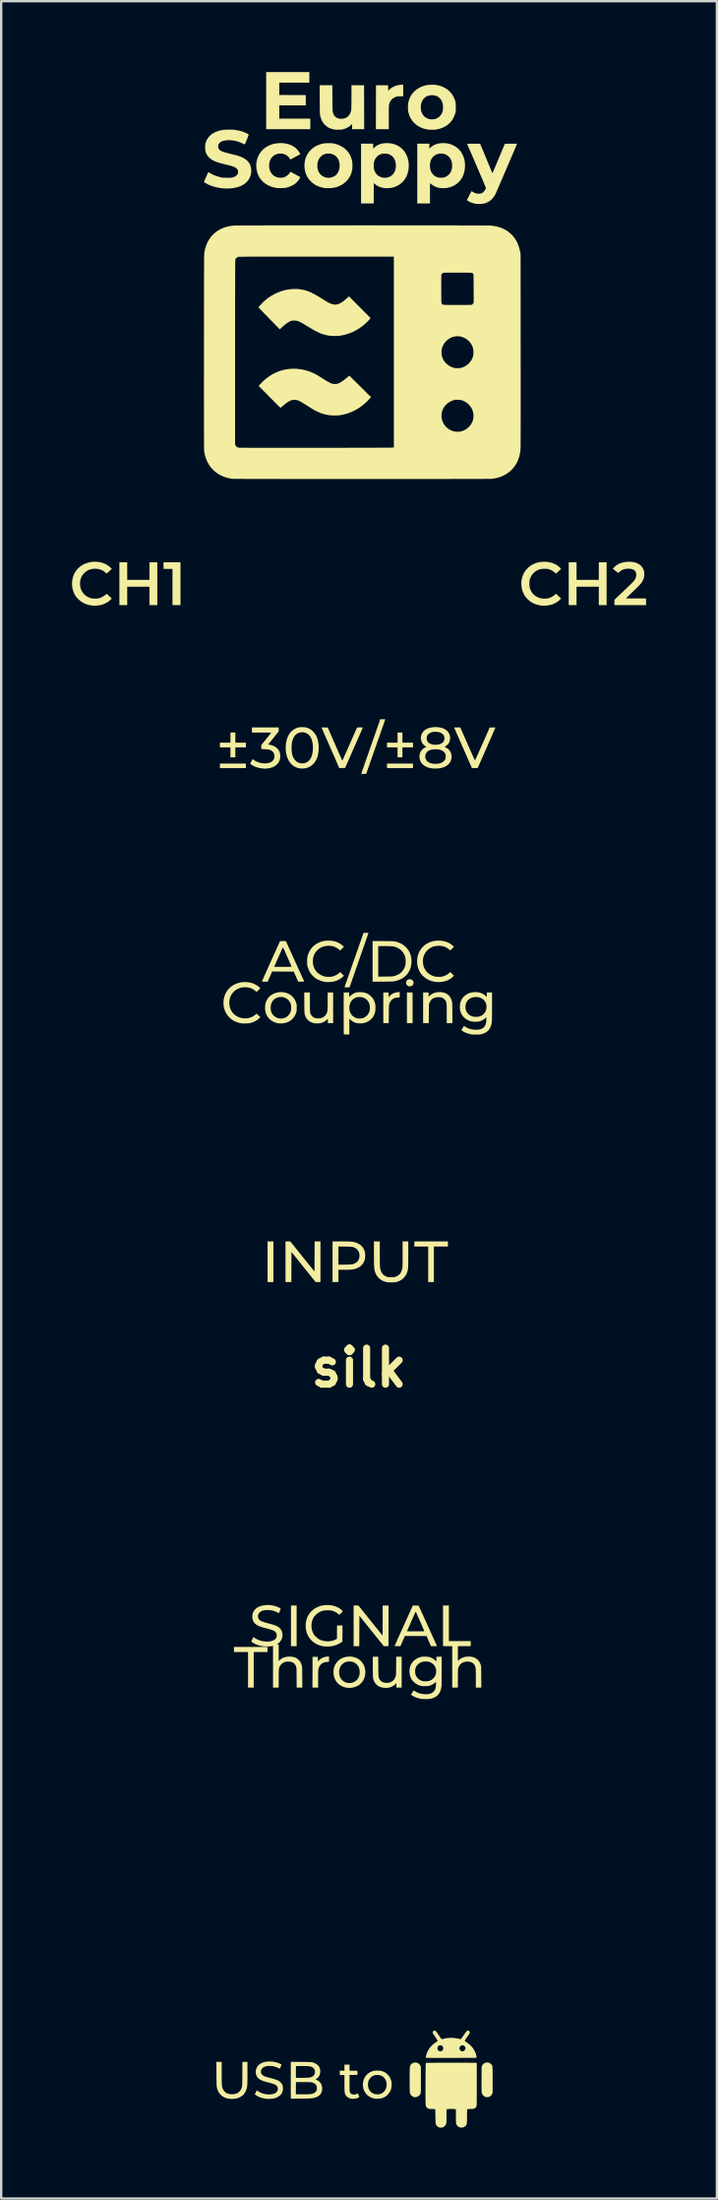
<source format=kicad_pcb>
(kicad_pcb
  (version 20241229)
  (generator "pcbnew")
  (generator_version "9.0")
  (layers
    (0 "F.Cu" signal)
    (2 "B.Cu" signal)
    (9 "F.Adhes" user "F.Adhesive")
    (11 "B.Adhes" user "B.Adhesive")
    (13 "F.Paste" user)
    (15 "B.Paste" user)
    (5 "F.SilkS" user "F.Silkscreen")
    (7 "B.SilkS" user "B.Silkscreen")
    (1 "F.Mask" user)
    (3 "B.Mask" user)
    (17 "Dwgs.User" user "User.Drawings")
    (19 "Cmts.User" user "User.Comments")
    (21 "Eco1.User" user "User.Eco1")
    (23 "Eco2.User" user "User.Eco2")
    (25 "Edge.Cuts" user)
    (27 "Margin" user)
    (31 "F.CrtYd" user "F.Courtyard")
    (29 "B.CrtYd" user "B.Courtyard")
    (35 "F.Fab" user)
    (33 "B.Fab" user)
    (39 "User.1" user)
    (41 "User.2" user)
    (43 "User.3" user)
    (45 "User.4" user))
  (footprint "silk"
    (layer "F.Cu")
    (at 12.148 54.801)
    (property "Reference" "silk" (at 0 0 0) (layer "F.SilkS") (effects (font (size 1.524 1.524) (thickness 0.3))))
    (attr board_only exclude_from_pos_files exclude_from_bom)
    (fp_poly (pts (xy -4.786 -25.367) (xy -5.885 -25.367) (xy -5.885 -25.557) (xy -4.786 -25.557)) (stroke (width 0) (type solid)) (fill yes) (layer "F.SilkS"))
    (fp_poly (pts (xy -3.62 -3.629) (xy -3.868 -3.629) (xy -3.868 -5.348) (xy -3.62 -5.348)) (stroke (width 0) (type solid)) (fill yes) (layer "F.SilkS"))
    (fp_poly (pts (xy -2.637 11.77) (xy -2.876 11.77) (xy -2.876 10.051) (xy -2.637 10.051)) (stroke (width 0) (type solid)) (fill yes) (layer "F.SilkS"))
    (fp_poly (pts (xy 2.273 -14.58) (xy 2.033 -14.58) (xy 2.033 -15.878) (xy 2.273 -15.878)) (stroke (width 0) (type solid)) (fill yes) (layer "F.SilkS"))
    (fp_poly (pts (xy 2.29 -25.367) (xy 1.19 -25.367) (xy 1.19 -25.557) (xy 2.29 -25.557)) (stroke (width 0) (type solid)) (fill yes) (layer "F.SilkS"))
    (fp_poly (pts (xy -7.555 -32.26) (xy -7.894 -32.26) (xy -7.894 -33.79) (xy -8.274 -33.79) (xy -8.274 -34.071) (xy -7.555 -34.071)) (stroke (width 0) (type solid)) (fill yes) (layer "F.SilkS"))
    (fp_poly (pts (xy -3.868 12.018) (xy -4.455 12.018) (xy -4.455 13.522) (xy -4.695 13.522) (xy -4.695 12.018) (xy -5.29 12.018) (xy -5.29 11.803) (xy -3.868 11.803)) (stroke (width 0) (type solid)) (fill yes) (layer "F.SilkS"))
    (fp_poly (pts (xy 3.769 -5.133) (xy 3.174 -5.133) (xy 3.174 -3.629) (xy 2.934 -3.629) (xy 2.934 -5.133) (xy 2.347 -5.133) (xy 2.347 -5.348) (xy 3.769 -5.348)) (stroke (width 0) (type solid)) (fill yes) (layer "F.SilkS"))
    (fp_poly (pts (xy -9.811 -33.327) (xy -8.869 -33.327) (xy -8.869 -34.071) (xy -8.538 -34.071) (xy -8.538 -32.26) (xy -8.869 -32.26) (xy -8.869 -33.037) (xy -9.811 -33.037) (xy -9.811 -32.26) (xy -10.142 -32.26) (xy -10.142 -34.071) (xy -9.811 -34.071)) (stroke (width 0) (type solid)) (fill yes) (layer "F.SilkS"))
    (fp_poly (pts (xy -5.232 -26.441) (xy -4.786 -26.441) (xy -4.786 -26.243) (xy -5.232 -26.243) (xy -5.232 -25.822) (xy -5.439 -25.822) (xy -5.439 -26.243) (xy -5.885 -26.243) (xy -5.885 -26.441) (xy -5.439 -26.441) (xy -5.439 -26.871) (xy -5.232 -26.871)) (stroke (width 0) (type solid)) (fill yes) (layer "F.SilkS"))
    (fp_poly (pts (xy 1.843 -26.441) (xy 2.29 -26.441) (xy 2.29 -26.243) (xy 1.843 -26.243) (xy 1.843 -25.822) (xy 1.637 -25.822) (xy 1.637 -26.243) (xy 1.19 -26.243) (xy 1.19 -26.441) (xy 1.637 -26.441) (xy 1.637 -26.871) (xy 1.843 -26.871)) (stroke (width 0) (type solid)) (fill yes) (layer "F.SilkS"))
    (fp_poly (pts (xy 9.216 -33.327) (xy 10.158 -33.327) (xy 10.158 -34.071) (xy 10.489 -34.071) (xy 10.489 -32.26) (xy 10.158 -32.26) (xy 10.158 -33.037) (xy 9.216 -33.037) (xy 9.216 -32.26) (xy 8.885 -32.26) (xy 8.885 -34.071) (xy 9.216 -34.071)) (stroke (width 0) (type solid)) (fill yes) (layer "F.SilkS"))
    (fp_poly (pts (xy -2.099 -54.354) (xy -3.372 -54.354) (xy -3.372 -53.834) (xy -2.812 -53.831) (xy -2.252 -53.829) (xy -2.25 -53.612) (xy -2.248 -53.395) (xy -3.372 -53.395) (xy -3.372 -52.833) (xy -2.058 -52.833) (xy -2.058 -52.387) (xy -3.926 -52.387) (xy -3.926 -54.801) (xy -2.099 -54.801)) (stroke (width 0) (type solid)) (fill yes) (layer "F.SilkS"))
    (fp_poly (pts (xy 1.254 10.908) (xy 1.252 11.766) (xy 1.153 11.768) (xy 1.054 11.77) (xy 0.021 10.486) (xy 0.016 11.77) (xy -0.223 11.77) (xy -0.223 10.051) (xy -0.021 10.051) (xy 0.492 10.689) (xy 1.004 11.326) (xy 1.006 10.688) (xy 1.008 10.051) (xy 1.256 10.051)) (stroke (width 0) (type solid)) (fill yes) (layer "F.SilkS"))
    (fp_poly (pts (xy -1.628 -3.629) (xy -1.832 -3.629) (xy -2.344 -4.265) (xy -2.856 -4.902) (xy -2.858 -4.265) (xy -2.86 -3.629) (xy -3.108 -3.629) (xy -3.108 -5.348) (xy -3.007 -5.348) (xy -2.905 -5.347) (xy -2.393 -4.71) (xy -1.88 -4.072) (xy -1.878 -4.71) (xy -1.876 -5.348) (xy -1.628 -5.348)) (stroke (width 0) (type solid)) (fill yes) (layer "F.SilkS"))
    (fp_poly (pts (xy 2.217 -16.425) (xy 2.255 -16.404) (xy 2.286 -16.374) (xy 2.306 -16.335) (xy 2.314 -16.29) (xy 2.314 -16.287) (xy 2.309 -16.252) (xy 2.296 -16.216) (xy 2.278 -16.185) (xy 2.268 -16.174) (xy 2.229 -16.15) (xy 2.183 -16.137) (xy 2.134 -16.136) (xy 2.088 -16.147) (xy 2.076 -16.152) (xy 2.043 -16.177) (xy 2.016 -16.213) (xy 1.998 -16.256) (xy 1.997 -16.261) (xy 1.996 -16.294) (xy 2.005 -16.332) (xy 2.022 -16.368) (xy 2.044 -16.396) (xy 2.046 -16.398) (xy 2.086 -16.424) (xy 2.13 -16.436) (xy 2.174 -16.436)) (stroke (width 0) (type solid)) (fill yes) (layer "F.SilkS"))
    (fp_poly (pts (xy -1.265 12.429) (xy -1.337 12.434) (xy -1.406 12.442) (xy -1.463 12.455) (xy -1.514 12.474) (xy -1.537 12.486) (xy -1.581 12.516) (xy -1.624 12.558) (xy -1.661 12.605) (xy -1.682 12.643) (xy -1.692 12.665) (xy -1.701 12.687) (xy -1.708 12.71) (xy -1.713 12.735) (xy -1.718 12.765) (xy -1.721 12.801) (xy -1.724 12.844) (xy -1.725 12.896) (xy -1.727 12.96) (xy -1.727 13.036) (xy -1.727 13.126) (xy -1.727 13.161) (xy -1.727 13.522) (xy -1.967 13.522) (xy -1.965 12.872) (xy -1.963 12.221) (xy -1.74 12.221) (xy -1.732 12.423) (xy -1.698 12.379) (xy -1.651 12.331) (xy -1.591 12.289) (xy -1.522 12.254) (xy -1.446 12.228) (xy -1.367 12.213) (xy -1.304 12.208) (xy -1.265 12.208)) (stroke (width 0) (type solid)) (fill yes) (layer "F.SilkS"))
    (fp_poly (pts (xy 1.727 -15.781) (xy 1.727 -15.667) (xy 1.667 -15.666) (xy 1.581 -15.658) (xy 1.504 -15.637) (xy 1.437 -15.603) (xy 1.38 -15.555) (xy 1.333 -15.495) (xy 1.297 -15.422) (xy 1.283 -15.381) (xy 1.28 -15.368) (xy 1.278 -15.351) (xy 1.275 -15.329) (xy 1.273 -15.3) (xy 1.272 -15.263) (xy 1.27 -15.215) (xy 1.269 -15.157) (xy 1.268 -15.086) (xy 1.267 -15) (xy 1.267 -14.959) (xy 1.263 -14.58) (xy 1.033 -14.58) (xy 1.033 -15.878) (xy 1.256 -15.878) (xy 1.257 -15.773) (xy 1.257 -15.73) (xy 1.258 -15.701) (xy 1.259 -15.685) (xy 1.262 -15.678) (xy 1.266 -15.68) (xy 1.271 -15.688) (xy 1.325 -15.752) (xy 1.39 -15.805) (xy 1.466 -15.845) (xy 1.493 -15.856) (xy 1.537 -15.869) (xy 1.589 -15.881) (xy 1.642 -15.89) (xy 1.689 -15.894) (xy 1.703 -15.895) (xy 1.727 -15.895)) (stroke (width 0) (type solid)) (fill yes) (layer "F.SilkS"))
    (fp_poly (pts (xy 1.876 -53.778) (xy 1.771 -53.778) (xy 1.703 -53.777) (xy 1.646 -53.772) (xy 1.597 -53.763) (xy 1.55 -53.748) (xy 1.505 -53.728) (xy 1.436 -53.687) (xy 1.378 -53.633) (xy 1.332 -53.569) (xy 1.318 -53.542) (xy 1.308 -53.52) (xy 1.299 -53.499) (xy 1.291 -53.478) (xy 1.285 -53.457) (xy 1.279 -53.432) (xy 1.275 -53.404) (xy 1.272 -53.37) (xy 1.269 -53.329) (xy 1.267 -53.281) (xy 1.266 -53.222) (xy 1.265 -53.153) (xy 1.265 -53.071) (xy 1.265 -52.975) (xy 1.265 -52.877) (xy 1.265 -52.387) (xy 0.719 -52.387) (xy 0.721 -53.315) (xy 0.723 -54.243) (xy 1.236 -54.243) (xy 1.238 -54.127) (xy 1.24 -54.011) (xy 1.306 -54.075) (xy 1.381 -54.137) (xy 1.469 -54.187) (xy 1.568 -54.226) (xy 1.678 -54.254) (xy 1.738 -54.263) (xy 1.775 -54.267) (xy 1.811 -54.27) (xy 1.838 -54.272) (xy 1.841 -54.272) (xy 1.876 -54.272)) (stroke (width 0) (type solid)) (fill yes) (layer "F.SilkS"))
    (fp_poly (pts (xy 1.05 -27.433) (xy 1.083 -27.432) (xy 1.105 -27.43) (xy 1.115 -27.427) (xy 1.115 -27.427) (xy 1.113 -27.419) (xy 1.105 -27.396) (xy 1.092 -27.359) (xy 1.075 -27.309) (xy 1.053 -27.247) (xy 1.028 -27.173) (xy 0.998 -27.089) (xy 0.966 -26.996) (xy 0.93 -26.894) (xy 0.892 -26.784) (xy 0.851 -26.668) (xy 0.808 -26.545) (xy 0.763 -26.417) (xy 0.717 -26.285) (xy 0.712 -26.272) (xy 0.309 -25.123) (xy 0.204 -25.121) (xy 0.165 -25.12) (xy 0.132 -25.121) (xy 0.109 -25.122) (xy 0.099 -25.125) (xy 0.099 -25.125) (xy 0.102 -25.133) (xy 0.11 -25.156) (xy 0.122 -25.193) (xy 0.139 -25.243) (xy 0.161 -25.306) (xy 0.187 -25.379) (xy 0.216 -25.463) (xy 0.248 -25.556) (xy 0.284 -25.658) (xy 0.322 -25.768) (xy 0.363 -25.885) (xy 0.406 -26.008) (xy 0.451 -26.136) (xy 0.497 -26.268) (xy 0.502 -26.282) (xy 0.905 -27.433) (xy 1.01 -27.433)) (stroke (width 0) (type solid)) (fill yes) (layer "F.SilkS"))
    (fp_poly (pts (xy 5.5 29.386) (xy 5.555 29.412) (xy 5.602 29.451) (xy 5.613 29.463) (xy 5.623 29.474) (xy 5.631 29.485) (xy 5.639 29.497) (xy 5.644 29.512) (xy 5.649 29.531) (xy 5.653 29.555) (xy 5.656 29.585) (xy 5.658 29.623) (xy 5.66 29.67) (xy 5.661 29.727) (xy 5.662 29.795) (xy 5.662 29.876) (xy 5.662 29.97) (xy 5.662 30.08) (xy 5.662 30.109) (xy 5.662 30.659) (xy 5.641 30.705) (xy 5.615 30.752) (xy 5.584 30.787) (xy 5.544 30.815) (xy 5.534 30.82) (xy 5.493 30.835) (xy 5.446 30.843) (xy 5.4 30.844) (xy 5.367 30.838) (xy 5.317 30.815) (xy 5.271 30.779) (xy 5.233 30.733) (xy 5.207 30.682) (xy 5.199 30.654) (xy 5.197 30.636) (xy 5.195 30.604) (xy 5.194 30.558) (xy 5.193 30.497) (xy 5.192 30.421) (xy 5.192 30.329) (xy 5.192 30.222) (xy 5.192 30.098) (xy 5.193 30.086) (xy 5.195 29.562) (xy 5.214 29.521) (xy 5.238 29.475) (xy 5.265 29.442) (xy 5.298 29.416) (xy 5.324 29.401) (xy 5.383 29.38) (xy 5.443 29.375)) (stroke (width 0) (type solid)) (fill yes) (layer "F.SilkS"))
    (fp_poly (pts (xy 0.372 -18.397) (xy 0.395 -18.395) (xy 0.405 -18.393) (xy 0.405 -18.393) (xy 0.402 -18.384) (xy 0.395 -18.362) (xy 0.382 -18.325) (xy 0.365 -18.277) (xy 0.344 -18.217) (xy 0.32 -18.146) (xy 0.292 -18.067) (xy 0.262 -17.979) (xy 0.229 -17.884) (xy 0.194 -17.784) (xy 0.157 -17.678) (xy 0.119 -17.568) (xy 0.079 -17.456) (xy 0.039 -17.342) (xy -0.001 -17.227) (xy -0.041 -17.112) (xy -0.08 -16.999) (xy -0.119 -16.889) (xy -0.156 -16.782) (xy -0.192 -16.679) (xy -0.226 -16.582) (xy -0.258 -16.493) (xy -0.286 -16.41) (xy -0.312 -16.337) (xy -0.334 -16.274) (xy -0.353 -16.222) (xy -0.367 -16.181) (xy -0.377 -16.154) (xy -0.377 -16.153) (xy -0.399 -16.093) (xy -0.611 -16.093) (xy -0.557 -16.248) (xy -0.548 -16.275) (xy -0.533 -16.317) (xy -0.514 -16.373) (xy -0.49 -16.44) (xy -0.463 -16.519) (xy -0.432 -16.607) (xy -0.398 -16.705) (xy -0.361 -16.81) (xy -0.322 -16.921) (xy -0.281 -17.039) (xy -0.238 -17.16) (xy -0.194 -17.285) (xy -0.154 -17.399) (xy 0.195 -18.395) (xy 0.3 -18.397) (xy 0.339 -18.398)) (stroke (width 0) (type solid)) (fill yes) (layer "F.SilkS"))
    (fp_poly (pts (xy 2.458 29.386) (xy 2.492 29.398) (xy 2.537 29.43) (xy 2.577 29.473) (xy 2.605 29.52) (xy 2.624 29.562) (xy 2.624 30.107) (xy 2.624 30.219) (xy 2.624 30.316) (xy 2.624 30.398) (xy 2.624 30.468) (xy 2.623 30.526) (xy 2.622 30.574) (xy 2.62 30.613) (xy 2.617 30.645) (xy 2.614 30.67) (xy 2.61 30.689) (xy 2.605 30.705) (xy 2.598 30.718) (xy 2.591 30.73) (xy 2.582 30.742) (xy 2.572 30.754) (xy 2.571 30.755) (xy 2.538 30.787) (xy 2.496 30.813) (xy 2.448 30.833) (xy 2.399 30.844) (xy 2.354 30.845) (xy 2.331 30.84) (xy 2.275 30.815) (xy 2.228 30.78) (xy 2.191 30.738) (xy 2.181 30.721) (xy 2.172 30.697) (xy 2.163 30.663) (xy 2.157 30.635) (xy 2.156 30.613) (xy 2.154 30.578) (xy 2.153 30.53) (xy 2.152 30.471) (xy 2.151 30.403) (xy 2.15 30.329) (xy 2.149 30.249) (xy 2.149 30.166) (xy 2.149 30.082) (xy 2.149 29.998) (xy 2.15 29.917) (xy 2.15 29.84) (xy 2.151 29.768) (xy 2.152 29.705) (xy 2.154 29.651) (xy 2.155 29.609) (xy 2.157 29.581) (xy 2.158 29.57) (xy 2.174 29.512) (xy 2.199 29.466) (xy 2.235 29.429) (xy 2.281 29.4) (xy 2.319 29.387) (xy 2.365 29.38) (xy 2.414 29.38)) (stroke (width 0) (type solid)) (fill yes) (layer "F.SilkS"))
    (fp_poly (pts (xy -0.397 29.723) (xy -0.229 29.725) (xy -0.062 29.727) (xy -0.062 29.901) (xy -0.397 29.905) (xy -0.397 30.247) (xy -0.397 30.346) (xy -0.396 30.43) (xy -0.395 30.497) (xy -0.393 30.55) (xy -0.391 30.587) (xy -0.389 30.61) (xy -0.387 30.616) (xy -0.365 30.662) (xy -0.331 30.698) (xy -0.3 30.717) (xy -0.255 30.729) (xy -0.204 30.731) (xy -0.15 30.725) (xy -0.101 30.709) (xy -0.091 30.705) (xy -0.067 30.693) (xy -0.051 30.686) (xy -0.045 30.684) (xy -0.042 30.692) (xy -0.033 30.711) (xy -0.021 30.739) (xy -0.013 30.759) (xy 0.003 30.795) (xy 0.011 30.819) (xy 0.011 30.835) (xy 0.002 30.847) (xy -0.018 30.859) (xy -0.043 30.872) (xy -0.091 30.891) (xy -0.149 30.904) (xy -0.213 30.911) (xy -0.278 30.912) (xy -0.338 30.906) (xy -0.346 30.904) (xy -0.41 30.884) (xy -0.469 30.852) (xy -0.52 30.81) (xy -0.559 30.761) (xy -0.568 30.745) (xy -0.578 30.724) (xy -0.586 30.703) (xy -0.593 30.681) (xy -0.598 30.655) (xy -0.603 30.624) (xy -0.606 30.586) (xy -0.608 30.541) (xy -0.61 30.485) (xy -0.611 30.417) (xy -0.611 30.337) (xy -0.612 30.25) (xy -0.612 29.905) (xy -0.81 29.905) (xy -0.81 29.723) (xy -0.612 29.723) (xy -0.612 29.467) (xy -0.397 29.467)) (stroke (width 0) (type solid)) (fill yes) (layer "F.SilkS"))
    (fp_poly (pts (xy 3.458 -15.892) (xy 3.559 -15.879) (xy 3.648 -15.853) (xy 3.726 -15.815) (xy 3.793 -15.764) (xy 3.849 -15.702) (xy 3.894 -15.627) (xy 3.928 -15.54) (xy 3.936 -15.512) (xy 3.94 -15.496) (xy 3.943 -15.481) (xy 3.946 -15.463) (xy 3.948 -15.443) (xy 3.95 -15.418) (xy 3.952 -15.387) (xy 3.953 -15.348) (xy 3.954 -15.3) (xy 3.955 -15.242) (xy 3.956 -15.171) (xy 3.956 -15.086) (xy 3.957 -15.012) (xy 3.961 -14.58) (xy 3.719 -14.58) (xy 3.719 -14.975) (xy 3.719 -15.075) (xy 3.719 -15.16) (xy 3.718 -15.232) (xy 3.717 -15.291) (xy 3.715 -15.341) (xy 3.712 -15.381) (xy 3.709 -15.414) (xy 3.704 -15.441) (xy 3.699 -15.464) (xy 3.692 -15.483) (xy 3.684 -15.502) (xy 3.678 -15.515) (xy 3.644 -15.566) (xy 3.598 -15.611) (xy 3.547 -15.646) (xy 3.535 -15.651) (xy 3.507 -15.663) (xy 3.479 -15.67) (xy 3.446 -15.675) (xy 3.403 -15.678) (xy 3.399 -15.678) (xy 3.307 -15.676) (xy 3.226 -15.662) (xy 3.156 -15.635) (xy 3.095 -15.595) (xy 3.044 -15.542) (xy 3.003 -15.476) (xy 2.982 -15.427) (xy 2.978 -15.415) (xy 2.974 -15.404) (xy 2.971 -15.39) (xy 2.969 -15.374) (xy 2.967 -15.353) (xy 2.966 -15.326) (xy 2.964 -15.292) (xy 2.963 -15.248) (xy 2.963 -15.193) (xy 2.962 -15.126) (xy 2.961 -15.045) (xy 2.961 -14.979) (xy 2.958 -14.58) (xy 2.719 -14.58) (xy 2.719 -15.878) (xy 2.951 -15.878) (xy 2.951 -15.696) (xy 2.995 -15.739) (xy 3.063 -15.795) (xy 3.142 -15.838) (xy 3.229 -15.87) (xy 3.323 -15.888) (xy 3.422 -15.893)) (stroke (width 0) (type solid)) (fill yes) (layer "F.SilkS"))
    (fp_poly (pts (xy 0.82 12.628) (xy 0.821 12.725) (xy 0.822 12.807) (xy 0.823 12.876) (xy 0.825 12.933) (xy 0.826 12.98) (xy 0.829 13.018) (xy 0.832 13.049) (xy 0.836 13.074) (xy 0.841 13.095) (xy 0.847 13.114) (xy 0.855 13.132) (xy 0.864 13.151) (xy 0.87 13.164) (xy 0.901 13.209) (xy 0.942 13.25) (xy 0.99 13.283) (xy 1.023 13.299) (xy 1.071 13.312) (xy 1.128 13.32) (xy 1.188 13.323) (xy 1.244 13.32) (xy 1.266 13.316) (xy 1.343 13.294) (xy 1.41 13.258) (xy 1.467 13.21) (xy 1.512 13.149) (xy 1.547 13.076) (xy 1.559 13.039) (xy 1.563 13.025) (xy 1.566 13.009) (xy 1.568 12.989) (xy 1.57 12.963) (xy 1.572 12.93) (xy 1.573 12.888) (xy 1.574 12.836) (xy 1.575 12.772) (xy 1.576 12.694) (xy 1.577 12.603) (xy 1.58 12.216) (xy 1.81 12.216) (xy 1.81 13.522) (xy 1.587 13.522) (xy 1.587 13.334) (xy 1.534 13.386) (xy 1.481 13.43) (xy 1.417 13.47) (xy 1.349 13.501) (xy 1.297 13.517) (xy 1.245 13.527) (xy 1.184 13.533) (xy 1.121 13.534) (xy 1.062 13.531) (xy 1.052 13.53) (xy 0.955 13.512) (xy 0.869 13.481) (xy 0.794 13.438) (xy 0.731 13.384) (xy 0.679 13.318) (xy 0.653 13.272) (xy 0.64 13.246) (xy 0.63 13.223) (xy 0.62 13.201) (xy 0.613 13.179) (xy 0.607 13.156) (xy 0.602 13.129) (xy 0.598 13.098) (xy 0.595 13.06) (xy 0.593 13.015) (xy 0.592 12.96) (xy 0.591 12.894) (xy 0.59 12.816) (xy 0.589 12.724) (xy 0.589 12.661) (xy 0.586 12.216) (xy 0.817 12.216)) (stroke (width 0) (type solid)) (fill yes) (layer "F.SilkS"))
    (fp_poly (pts (xy -2.075 -15.475) (xy -2.075 -15.377) (xy -2.074 -15.294) (xy -2.074 -15.224) (xy -2.073 -15.167) (xy -2.071 -15.119) (xy -2.069 -15.08) (xy -2.066 -15.049) (xy -2.062 -15.023) (xy -2.056 -15.001) (xy -2.05 -14.981) (xy -2.042 -14.962) (xy -2.033 -14.943) (xy -2.03 -14.937) (xy -2.001 -14.895) (xy -1.962 -14.855) (xy -1.916 -14.822) (xy -1.878 -14.803) (xy -1.836 -14.791) (xy -1.784 -14.784) (xy -1.728 -14.78) (xy -1.674 -14.781) (xy -1.628 -14.786) (xy -1.628 -14.786) (xy -1.553 -14.81) (xy -1.487 -14.846) (xy -1.431 -14.894) (xy -1.386 -14.954) (xy -1.373 -14.978) (xy -1.362 -15.002) (xy -1.353 -15.025) (xy -1.345 -15.05) (xy -1.339 -15.078) (xy -1.334 -15.111) (xy -1.33 -15.15) (xy -1.327 -15.197) (xy -1.325 -15.253) (xy -1.324 -15.321) (xy -1.323 -15.402) (xy -1.323 -15.497) (xy -1.323 -15.521) (xy -1.322 -15.878) (xy -1.091 -15.878) (xy -1.091 -14.58) (xy -1.314 -14.58) (xy -1.314 -14.767) (xy -1.372 -14.711) (xy -1.443 -14.655) (xy -1.523 -14.612) (xy -1.602 -14.585) (xy -1.648 -14.576) (xy -1.704 -14.57) (xy -1.763 -14.568) (xy -1.819 -14.568) (xy -1.864 -14.573) (xy -1.96 -14.594) (xy -2.046 -14.628) (xy -2.119 -14.674) (xy -2.181 -14.731) (xy -2.232 -14.8) (xy -2.272 -14.882) (xy -2.292 -14.942) (xy -2.295 -14.956) (xy -2.299 -14.971) (xy -2.302 -14.987) (xy -2.304 -15.006) (xy -2.306 -15.029) (xy -2.307 -15.058) (xy -2.309 -15.095) (xy -2.31 -15.14) (xy -2.31 -15.196) (xy -2.311 -15.264) (xy -2.312 -15.345) (xy -2.312 -15.441) (xy -2.312 -15.442) (xy -2.315 -15.878) (xy -2.075 -15.878)) (stroke (width 0) (type solid)) (fill yes) (layer "F.SilkS"))
    (fp_poly (pts (xy 0.087 -27.086) (xy 0.123 -27.085) (xy 0.149 -27.083) (xy 0.163 -27.081) (xy 0.165 -27.08) (xy 0.161 -27.072) (xy 0.152 -27.049) (xy 0.136 -27.014) (xy 0.116 -26.966) (xy 0.09 -26.907) (xy 0.06 -26.837) (xy 0.025 -26.759) (xy -0.013 -26.671) (xy -0.054 -26.577) (xy -0.099 -26.476) (xy -0.145 -26.369) (xy -0.194 -26.258) (xy -0.21 -26.222) (xy -0.584 -25.371) (xy -0.831 -25.367) (xy -1.201 -26.209) (xy -1.25 -26.321) (xy -1.298 -26.429) (xy -1.343 -26.532) (xy -1.385 -26.629) (xy -1.424 -26.719) (xy -1.46 -26.8) (xy -1.492 -26.873) (xy -1.519 -26.936) (xy -1.542 -26.988) (xy -1.559 -27.028) (xy -1.57 -27.055) (xy -1.576 -27.068) (xy -1.576 -27.069) (xy -1.577 -27.076) (xy -1.576 -27.08) (xy -1.568 -27.083) (xy -1.553 -27.085) (xy -1.529 -27.085) (xy -1.491 -27.085) (xy -1.45 -27.084) (xy -1.32 -27.082) (xy -1.013 -26.382) (xy -0.969 -26.28) (xy -0.926 -26.183) (xy -0.886 -26.091) (xy -0.848 -26.006) (xy -0.814 -25.928) (xy -0.783 -25.86) (xy -0.757 -25.8) (xy -0.735 -25.752) (xy -0.718 -25.715) (xy -0.707 -25.691) (xy -0.702 -25.681) (xy -0.702 -25.681) (xy -0.698 -25.689) (xy -0.688 -25.71) (xy -0.672 -25.744) (xy -0.651 -25.79) (xy -0.626 -25.847) (xy -0.596 -25.914) (xy -0.563 -25.989) (xy -0.526 -26.071) (xy -0.487 -26.159) (xy -0.445 -26.253) (xy -0.418 -26.315) (xy -0.374 -26.414) (xy -0.332 -26.509) (xy -0.292 -26.6) (xy -0.254 -26.686) (xy -0.219 -26.765) (xy -0.188 -26.835) (xy -0.161 -26.896) (xy -0.139 -26.947) (xy -0.121 -26.985) (xy -0.11 -27.011) (xy -0.107 -27.018) (xy -0.075 -27.086) (xy 0.045 -27.086)) (stroke (width 0) (type solid)) (fill yes) (layer "F.SilkS"))
    (fp_poly (pts (xy 3.81 11.555) (xy 4.736 11.555) (xy 4.736 11.77) (xy 4.191 11.77) (xy 4.191 12.391) (xy 4.237 12.35) (xy 4.305 12.3) (xy 4.384 12.259) (xy 4.46 12.232) (xy 4.508 12.221) (xy 4.567 12.215) (xy 4.631 12.212) (xy 4.696 12.212) (xy 4.756 12.217) (xy 4.806 12.225) (xy 4.818 12.228) (xy 4.904 12.259) (xy 4.979 12.302) (xy 5.043 12.357) (xy 5.095 12.424) (xy 5.138 12.505) (xy 5.159 12.559) (xy 5.163 12.572) (xy 5.166 12.585) (xy 5.169 12.598) (xy 5.172 12.614) (xy 5.174 12.633) (xy 5.175 12.658) (xy 5.177 12.69) (xy 5.178 12.73) (xy 5.178 12.779) (xy 5.179 12.84) (xy 5.18 12.913) (xy 5.18 13.001) (xy 5.181 13.07) (xy 5.183 13.522) (xy 4.951 13.522) (xy 4.951 13.132) (xy 4.951 13.033) (xy 4.95 12.949) (xy 4.95 12.878) (xy 4.948 12.82) (xy 4.947 12.771) (xy 4.944 12.731) (xy 4.941 12.698) (xy 4.936 12.671) (xy 4.931 12.647) (xy 4.924 12.626) (xy 4.916 12.605) (xy 4.911 12.593) (xy 4.878 12.537) (xy 4.832 12.492) (xy 4.776 12.457) (xy 4.709 12.434) (xy 4.634 12.422) (xy 4.552 12.423) (xy 4.536 12.424) (xy 4.454 12.44) (xy 4.383 12.469) (xy 4.322 12.511) (xy 4.271 12.566) (xy 4.229 12.635) (xy 4.214 12.669) (xy 4.21 12.68) (xy 4.206 12.691) (xy 4.203 12.703) (xy 4.2 12.718) (xy 4.198 12.737) (xy 4.197 12.762) (xy 4.196 12.794) (xy 4.195 12.836) (xy 4.194 12.887) (xy 4.193 12.951) (xy 4.193 13.028) (xy 4.192 13.119) (xy 4.19 13.522) (xy 3.951 13.522) (xy 3.951 11.77) (xy 3.562 11.77) (xy 3.562 10.051) (xy 3.81 10.051)) (stroke (width 0) (type solid)) (fill yes) (layer "F.SilkS"))
    (fp_poly (pts (xy 4.601 -26.387) (xy 4.645 -26.286) (xy 4.688 -26.189) (xy 4.729 -26.097) (xy 4.766 -26.012) (xy 4.801 -25.935) (xy 4.832 -25.866) (xy 4.859 -25.807) (xy 4.881 -25.759) (xy 4.898 -25.722) (xy 4.909 -25.699) (xy 4.914 -25.689) (xy 4.915 -25.689) (xy 4.919 -25.696) (xy 4.93 -25.718) (xy 4.946 -25.753) (xy 4.967 -25.799) (xy 4.993 -25.857) (xy 5.024 -25.924) (xy 5.058 -26) (xy 5.096 -26.084) (xy 5.136 -26.174) (xy 5.179 -26.27) (xy 5.223 -26.371) (xy 5.23 -26.386) (xy 5.537 -27.082) (xy 5.658 -27.084) (xy 5.706 -27.085) (xy 5.738 -27.085) (xy 5.76 -27.084) (xy 5.771 -27.082) (xy 5.776 -27.078) (xy 5.776 -27.073) (xy 5.776 -27.072) (xy 5.772 -27.063) (xy 5.762 -27.039) (xy 5.746 -27.002) (xy 5.725 -26.953) (xy 5.699 -26.893) (xy 5.668 -26.823) (xy 5.634 -26.743) (xy 5.595 -26.656) (xy 5.554 -26.56) (xy 5.509 -26.459) (xy 5.463 -26.352) (xy 5.414 -26.241) (xy 5.401 -26.212) (xy 5.03 -25.367) (xy 4.785 -25.367) (xy 4.77 -25.402) (xy 4.765 -25.414) (xy 4.753 -25.441) (xy 4.736 -25.48) (xy 4.713 -25.531) (xy 4.686 -25.594) (xy 4.654 -25.666) (xy 4.618 -25.748) (xy 4.579 -25.837) (xy 4.537 -25.933) (xy 4.492 -26.035) (xy 4.445 -26.142) (xy 4.396 -26.253) (xy 4.394 -26.257) (xy 4.346 -26.367) (xy 4.299 -26.473) (xy 4.255 -26.574) (xy 4.214 -26.668) (xy 4.176 -26.755) (xy 4.141 -26.834) (xy 4.11 -26.904) (xy 4.084 -26.964) (xy 4.063 -27.012) (xy 4.047 -27.049) (xy 4.037 -27.072) (xy 4.034 -27.081) (xy 4.034 -27.082) (xy 4.041 -27.083) (xy 4.063 -27.084) (xy 4.095 -27.085) (xy 4.136 -27.086) (xy 4.164 -27.086) (xy 4.294 -27.086)) (stroke (width 0) (type solid)) (fill yes) (layer "F.SilkS"))
    (fp_poly (pts (xy -0.647 -5.348) (xy -0.566 -5.347) (xy -0.498 -5.347) (xy -0.441 -5.346) (xy -0.394 -5.344) (xy -0.356 -5.342) (xy -0.323 -5.34) (xy -0.296 -5.337) (xy -0.282 -5.335) (xy -0.171 -5.312) (xy -0.072 -5.278) (xy 0.015 -5.233) (xy 0.09 -5.177) (xy 0.153 -5.11) (xy 0.203 -5.031) (xy 0.241 -4.944) (xy 0.259 -4.87) (xy 0.268 -4.788) (xy 0.267 -4.704) (xy 0.257 -4.621) (xy 0.238 -4.545) (xy 0.236 -4.539) (xy 0.212 -4.482) (xy 0.187 -4.435) (xy 0.156 -4.391) (xy 0.116 -4.347) (xy 0.107 -4.338) (xy 0.07 -4.303) (xy 0.036 -4.276) (xy -0.001 -4.254) (xy -0.034 -4.237) (xy -0.081 -4.215) (xy -0.126 -4.198) (xy -0.172 -4.183) (xy -0.221 -4.172) (xy -0.274 -4.163) (xy -0.335 -4.157) (xy -0.405 -4.153) (xy -0.487 -4.15) (xy -0.582 -4.149) (xy -0.622 -4.149) (xy -0.868 -4.149) (xy -0.868 -3.629) (xy -1.116 -3.629) (xy -1.116 -5.134) (xy -0.868 -5.134) (xy -0.868 -4.363) (xy -0.589 -4.366) (xy -0.51 -4.368) (xy -0.446 -4.369) (xy -0.395 -4.37) (xy -0.354 -4.372) (xy -0.323 -4.374) (xy -0.298 -4.377) (xy -0.278 -4.38) (xy -0.262 -4.384) (xy -0.26 -4.384) (xy -0.18 -4.415) (xy -0.112 -4.455) (xy -0.058 -4.505) (xy -0.017 -4.564) (xy 0.01 -4.632) (xy 0.023 -4.71) (xy 0.025 -4.749) (xy 0.018 -4.829) (xy -0.003 -4.902) (xy -0.037 -4.965) (xy -0.083 -5.019) (xy -0.142 -5.062) (xy -0.155 -5.069) (xy -0.183 -5.084) (xy -0.209 -5.096) (xy -0.234 -5.105) (xy -0.261 -5.113) (xy -0.291 -5.118) (xy -0.326 -5.123) (xy -0.369 -5.126) (xy -0.422 -5.128) (xy -0.487 -5.129) (xy -0.565 -5.13) (xy -0.589 -5.131) (xy -0.868 -5.134) (xy -1.116 -5.134) (xy -1.116 -5.348) (xy -0.743 -5.348)) (stroke (width 0) (type solid)) (fill yes) (layer "F.SilkS"))
    (fp_poly (pts (xy 0.219 -54.243) (xy 0.221 -53.315) (xy 0.223 -52.387) (xy -0.289 -52.387) (xy -0.289 -52.605) (xy -0.329 -52.568) (xy -0.403 -52.505) (xy -0.484 -52.454) (xy -0.574 -52.413) (xy -0.641 -52.391) (xy -0.672 -52.382) (xy -0.7 -52.376) (xy -0.73 -52.371) (xy -0.765 -52.369) (xy -0.81 -52.367) (xy -0.851 -52.366) (xy -0.921 -52.365) (xy -0.978 -52.367) (xy -1.024 -52.37) (xy -1.053 -52.375) (xy -1.155 -52.4) (xy -1.245 -52.433) (xy -1.326 -52.477) (xy -1.399 -52.532) (xy -1.438 -52.569) (xy -1.497 -52.634) (xy -1.544 -52.703) (xy -1.583 -52.779) (xy -1.614 -52.865) (xy -1.638 -52.954) (xy -1.641 -52.97) (xy -1.644 -52.985) (xy -1.647 -53.001) (xy -1.649 -53.019) (xy -1.651 -53.041) (xy -1.652 -53.067) (xy -1.654 -53.099) (xy -1.655 -53.138) (xy -1.656 -53.185) (xy -1.656 -53.242) (xy -1.657 -53.31) (xy -1.658 -53.39) (xy -1.658 -53.484) (xy -1.659 -53.592) (xy -1.659 -53.641) (xy -1.662 -54.247) (xy -1.125 -54.247) (xy -1.122 -53.703) (xy -1.121 -53.584) (xy -1.12 -53.477) (xy -1.118 -53.383) (xy -1.117 -53.303) (xy -1.115 -53.236) (xy -1.114 -53.184) (xy -1.112 -53.147) (xy -1.11 -53.125) (xy -1.109 -53.123) (xy -1.084 -53.041) (xy -1.05 -52.973) (xy -1.006 -52.919) (xy -0.952 -52.877) (xy -0.888 -52.848) (xy -0.813 -52.831) (xy -0.773 -52.827) (xy -0.7 -52.829) (xy -0.628 -52.84) (xy -0.562 -52.861) (xy -0.523 -52.88) (xy -0.464 -52.924) (xy -0.413 -52.982) (xy -0.372 -53.051) (xy -0.341 -53.133) (xy -0.337 -53.145) (xy -0.333 -53.158) (xy -0.33 -53.172) (xy -0.328 -53.187) (xy -0.325 -53.204) (xy -0.324 -53.225) (xy -0.322 -53.252) (xy -0.321 -53.285) (xy -0.32 -53.326) (xy -0.319 -53.377) (xy -0.318 -53.439) (xy -0.317 -53.512) (xy -0.317 -53.599) (xy -0.316 -53.701) (xy -0.316 -53.728) (xy -0.313 -54.247)) (stroke (width 0) (type solid)) (fill yes) (layer "F.SilkS"))
    (fp_poly (pts (xy -11.099 -34.092) (xy -10.98 -34.077) (xy -10.866 -34.049) (xy -10.759 -34.009) (xy -10.659 -33.957) (xy -10.569 -33.894) (xy -10.512 -33.841) (xy -10.464 -33.793) (xy -10.572 -33.692) (xy -10.68 -33.591) (xy -10.729 -33.635) (xy -10.809 -33.696) (xy -10.892 -33.743) (xy -10.981 -33.774) (xy -11.076 -33.793) (xy -11.168 -33.798) (xy -11.273 -33.792) (xy -11.369 -33.772) (xy -11.456 -33.74) (xy -11.537 -33.693) (xy -11.614 -33.631) (xy -11.634 -33.612) (xy -11.695 -33.542) (xy -11.742 -33.465) (xy -11.778 -33.379) (xy -11.788 -33.347) (xy -11.8 -33.289) (xy -11.807 -33.22) (xy -11.808 -33.148) (xy -11.804 -33.077) (xy -11.795 -33.013) (xy -11.788 -32.984) (xy -11.752 -32.888) (xy -11.703 -32.801) (xy -11.642 -32.725) (xy -11.568 -32.659) (xy -11.484 -32.606) (xy -11.389 -32.564) (xy -11.369 -32.558) (xy -11.316 -32.545) (xy -11.252 -32.537) (xy -11.183 -32.534) (xy -11.114 -32.535) (xy -11.051 -32.541) (xy -11.009 -32.549) (xy -10.918 -32.579) (xy -10.829 -32.625) (xy -10.747 -32.683) (xy -10.743 -32.686) (xy -10.678 -32.74) (xy -10.572 -32.639) (xy -10.465 -32.537) (xy -10.504 -32.497) (xy -10.572 -32.436) (xy -10.652 -32.38) (xy -10.739 -32.331) (xy -10.828 -32.293) (xy -10.877 -32.277) (xy -10.951 -32.26) (xy -11.033 -32.247) (xy -11.118 -32.239) (xy -11.201 -32.236) (xy -11.276 -32.238) (xy -11.311 -32.241) (xy -11.442 -32.266) (xy -11.563 -32.304) (xy -11.676 -32.355) (xy -11.778 -32.421) (xy -11.872 -32.499) (xy -11.896 -32.523) (xy -11.939 -32.57) (xy -11.973 -32.61) (xy -12 -32.649) (xy -12.026 -32.691) (xy -12.051 -32.742) (xy -12.055 -32.75) (xy -12.102 -32.867) (xy -12.134 -32.988) (xy -12.148 -33.111) (xy -12.147 -33.237) (xy -12.138 -33.31) (xy -12.112 -33.432) (xy -12.072 -33.546) (xy -12.018 -33.651) (xy -11.952 -33.746) (xy -11.873 -33.832) (xy -11.783 -33.907) (xy -11.683 -33.971) (xy -11.573 -34.022) (xy -11.455 -34.06) (xy -11.344 -34.083) (xy -11.221 -34.094)) (stroke (width 0) (type solid)) (fill yes) (layer "F.SilkS"))
    (fp_poly (pts (xy -5.811 29.825) (xy -5.811 29.937) (xy -5.81 30.033) (xy -5.81 30.116) (xy -5.809 30.186) (xy -5.807 30.246) (xy -5.805 30.296) (xy -5.802 30.338) (xy -5.798 30.373) (xy -5.793 30.403) (xy -5.787 30.429) (xy -5.779 30.453) (xy -5.771 30.475) (xy -5.76 30.498) (xy -5.753 30.514) (xy -5.712 30.579) (xy -5.66 30.633) (xy -5.598 30.674) (xy -5.526 30.702) (xy -5.445 30.718) (xy -5.355 30.72) (xy -5.34 30.72) (xy -5.251 30.708) (xy -5.173 30.684) (xy -5.108 30.649) (xy -5.053 30.602) (xy -5.008 30.542) (xy -4.974 30.47) (xy -4.957 30.42) (xy -4.954 30.406) (xy -4.95 30.392) (xy -4.948 30.378) (xy -4.946 30.36) (xy -4.944 30.339) (xy -4.942 30.312) (xy -4.941 30.278) (xy -4.94 30.237) (xy -4.939 30.186) (xy -4.938 30.124) (xy -4.938 30.049) (xy -4.937 29.961) (xy -4.937 29.858) (xy -4.936 29.853) (xy -4.934 29.351) (xy -4.72 29.351) (xy -4.72 29.82) (xy -4.72 29.932) (xy -4.72 30.029) (xy -4.721 30.113) (xy -4.722 30.184) (xy -4.723 30.245) (xy -4.725 30.297) (xy -4.728 30.34) (xy -4.732 30.378) (xy -4.736 30.41) (xy -4.742 30.439) (xy -4.748 30.466) (xy -4.756 30.493) (xy -4.762 30.512) (xy -4.799 30.605) (xy -4.847 30.686) (xy -4.907 30.755) (xy -4.977 30.811) (xy -5.059 30.856) (xy -5.117 30.878) (xy -5.225 30.905) (xy -5.336 30.918) (xy -5.453 30.916) (xy -5.488 30.912) (xy -5.589 30.893) (xy -5.681 30.861) (xy -5.765 30.816) (xy -5.838 30.76) (xy -5.9 30.692) (xy -5.95 30.614) (xy -5.982 30.544) (xy -5.991 30.518) (xy -5.999 30.495) (xy -6.005 30.474) (xy -6.011 30.452) (xy -6.016 30.428) (xy -6.019 30.4) (xy -6.022 30.368) (xy -6.025 30.33) (xy -6.027 30.285) (xy -6.028 30.23) (xy -6.029 30.165) (xy -6.03 30.088) (xy -6.031 29.998) (xy -6.031 29.893) (xy -6.031 29.865) (xy -6.035 29.351) (xy -5.811 29.351)) (stroke (width 0) (type solid)) (fill yes) (layer "F.SilkS"))
    (fp_poly (pts (xy 3.534 -18.059) (xy 3.65 -18.035) (xy 3.758 -17.997) (xy 3.857 -17.945) (xy 3.947 -17.881) (xy 3.978 -17.853) (xy 4.026 -17.808) (xy 3.87 -17.653) (xy 3.826 -17.69) (xy 3.741 -17.753) (xy 3.654 -17.8) (xy 3.562 -17.832) (xy 3.464 -17.849) (xy 3.358 -17.852) (xy 3.344 -17.851) (xy 3.235 -17.838) (xy 3.134 -17.811) (xy 3.042 -17.77) (xy 2.959 -17.717) (xy 2.886 -17.652) (xy 2.824 -17.576) (xy 2.775 -17.489) (xy 2.737 -17.392) (xy 2.726 -17.351) (xy 2.719 -17.317) (xy 2.714 -17.285) (xy 2.712 -17.251) (xy 2.712 -17.21) (xy 2.713 -17.168) (xy 2.715 -17.119) (xy 2.718 -17.081) (xy 2.723 -17.05) (xy 2.73 -17.02) (xy 2.741 -16.986) (xy 2.743 -16.977) (xy 2.784 -16.881) (xy 2.838 -16.795) (xy 2.903 -16.72) (xy 2.981 -16.656) (xy 3.069 -16.605) (xy 3.075 -16.602) (xy 3.147 -16.572) (xy 3.216 -16.552) (xy 3.29 -16.541) (xy 3.372 -16.537) (xy 3.418 -16.537) (xy 3.462 -16.54) (xy 3.501 -16.543) (xy 3.525 -16.547) (xy 3.612 -16.573) (xy 3.698 -16.612) (xy 3.778 -16.662) (xy 3.832 -16.706) (xy 3.869 -16.741) (xy 4.025 -16.585) (xy 3.986 -16.545) (xy 3.926 -16.492) (xy 3.853 -16.443) (xy 3.773 -16.4) (xy 3.688 -16.366) (xy 3.663 -16.357) (xy 3.578 -16.337) (xy 3.483 -16.323) (xy 3.385 -16.317) (xy 3.288 -16.319) (xy 3.202 -16.329) (xy 3.082 -16.357) (xy 2.968 -16.4) (xy 2.863 -16.456) (xy 2.768 -16.525) (xy 2.694 -16.595) (xy 2.653 -16.64) (xy 2.62 -16.681) (xy 2.592 -16.724) (xy 2.565 -16.775) (xy 2.55 -16.806) (xy 2.507 -16.913) (xy 2.479 -17.025) (xy 2.465 -17.142) (xy 2.466 -17.26) (xy 2.482 -17.377) (xy 2.512 -17.491) (xy 2.516 -17.503) (xy 2.563 -17.61) (xy 2.623 -17.708) (xy 2.695 -17.796) (xy 2.778 -17.873) (xy 2.872 -17.938) (xy 2.974 -17.992) (xy 3.085 -18.032) (xy 3.203 -18.058) (xy 3.282 -18.067) (xy 3.411 -18.07)) (stroke (width 0) (type solid)) (fill yes) (layer "F.SilkS"))
    (fp_poly (pts (xy -3.397 -26.915) (xy -3.621 -26.639) (xy -3.844 -26.363) (xy -3.788 -26.354) (xy -3.695 -26.334) (xy -3.616 -26.306) (xy -3.546 -26.27) (xy -3.485 -26.223) (xy -3.458 -26.199) (xy -3.407 -26.139) (xy -3.37 -26.076) (xy -3.346 -26.007) (xy -3.333 -25.93) (xy -3.331 -25.871) (xy -3.337 -25.78) (xy -3.357 -25.699) (xy -3.389 -25.625) (xy -3.437 -25.558) (xy -3.475 -25.517) (xy -3.542 -25.462) (xy -3.619 -25.417) (xy -3.706 -25.384) (xy -3.805 -25.361) (xy -3.882 -25.351) (xy -3.925 -25.347) (xy -3.959 -25.344) (xy -3.99 -25.344) (xy -4.023 -25.345) (xy -4.063 -25.348) (xy -4.097 -25.352) (xy -4.185 -25.365) (xy -4.278 -25.386) (xy -4.369 -25.415) (xy -4.396 -25.425) (xy -4.431 -25.441) (xy -4.469 -25.461) (xy -4.508 -25.483) (xy -4.544 -25.505) (xy -4.574 -25.526) (xy -4.593 -25.543) (xy -4.598 -25.549) (xy -4.597 -25.563) (xy -4.587 -25.589) (xy -4.567 -25.628) (xy -4.539 -25.678) (xy -4.508 -25.729) (xy -4.496 -25.748) (xy -4.461 -25.719) (xy -4.389 -25.67) (xy -4.306 -25.63) (xy -4.214 -25.598) (xy -4.116 -25.577) (xy -4.016 -25.566) (xy -3.977 -25.565) (xy -3.885 -25.571) (xy -3.804 -25.587) (xy -3.734 -25.614) (xy -3.676 -25.651) (xy -3.63 -25.697) (xy -3.61 -25.729) (xy -3.585 -25.79) (xy -3.574 -25.854) (xy -3.578 -25.917) (xy -3.595 -25.978) (xy -3.625 -26.032) (xy -3.659 -26.071) (xy -3.697 -26.1) (xy -3.74 -26.124) (xy -3.789 -26.141) (xy -3.848 -26.154) (xy -3.919 -26.162) (xy -3.998 -26.166) (xy -4.133 -26.171) (xy -4.133 -26.343) (xy -3.924 -26.599) (xy -3.878 -26.656) (xy -3.836 -26.708) (xy -3.798 -26.755) (xy -3.766 -26.795) (xy -3.74 -26.828) (xy -3.722 -26.85) (xy -3.713 -26.862) (xy -3.713 -26.863) (xy -3.72 -26.865) (xy -3.743 -26.867) (xy -3.781 -26.868) (xy -3.833 -26.869) (xy -3.899 -26.87) (xy -3.976 -26.871) (xy -4.066 -26.871) (xy -4.12 -26.871) (xy -4.53 -26.871) (xy -4.53 -27.086) (xy -3.397 -27.086)) (stroke (width 0) (type solid)) (fill yes) (layer "F.SilkS"))
    (fp_poly (pts (xy 11.544 -34.089) (xy 11.645 -34.074) (xy 11.673 -34.067) (xy 11.769 -34.036) (xy 11.853 -33.993) (xy 11.926 -33.941) (xy 11.985 -33.878) (xy 12.031 -33.806) (xy 12.064 -33.725) (xy 12.073 -33.694) (xy 12.079 -33.649) (xy 12.082 -33.594) (xy 12.082 -33.535) (xy 12.077 -33.477) (xy 12.07 -33.427) (xy 12.063 -33.401) (xy 12.037 -33.333) (xy 12 -33.261) (xy 11.956 -33.193) (xy 11.946 -33.179) (xy 11.929 -33.159) (xy 11.902 -33.129) (xy 11.866 -33.092) (xy 11.823 -33.048) (xy 11.776 -33.001) (xy 11.726 -32.951) (xy 11.688 -32.915) (xy 11.635 -32.863) (xy 11.581 -32.811) (xy 11.528 -32.76) (xy 11.48 -32.714) (xy 11.439 -32.673) (xy 11.405 -32.641) (xy 11.39 -32.626) (xy 11.303 -32.542) (xy 11.731 -32.542) (xy 12.159 -32.541) (xy 12.159 -32.26) (xy 10.82 -32.26) (xy 10.82 -32.483) (xy 11.214 -32.858) (xy 11.296 -32.936) (xy 11.367 -33.004) (xy 11.428 -33.062) (xy 11.479 -33.112) (xy 11.523 -33.155) (xy 11.559 -33.192) (xy 11.589 -33.223) (xy 11.614 -33.25) (xy 11.635 -33.273) (xy 11.653 -33.295) (xy 11.668 -33.315) (xy 11.682 -33.335) (xy 11.691 -33.347) (xy 11.717 -33.398) (xy 11.735 -33.456) (xy 11.744 -33.518) (xy 11.744 -33.579) (xy 11.733 -33.632) (xy 11.733 -33.634) (xy 11.707 -33.687) (xy 11.669 -33.729) (xy 11.618 -33.762) (xy 11.555 -33.784) (xy 11.478 -33.797) (xy 11.402 -33.8) (xy 11.307 -33.794) (xy 11.222 -33.776) (xy 11.146 -33.745) (xy 11.077 -33.701) (xy 11.029 -33.659) (xy 10.985 -33.616) (xy 10.871 -33.703) (xy 10.834 -33.732) (xy 10.802 -33.758) (xy 10.776 -33.779) (xy 10.76 -33.792) (xy 10.755 -33.797) (xy 10.76 -33.806) (xy 10.774 -33.824) (xy 10.796 -33.847) (xy 10.823 -33.872) (xy 10.852 -33.899) (xy 10.882 -33.923) (xy 10.908 -33.944) (xy 10.919 -33.951) (xy 10.968 -33.981) (xy 11.011 -34.005) (xy 11.055 -34.024) (xy 11.107 -34.042) (xy 11.117 -34.046) (xy 11.218 -34.072) (xy 11.326 -34.088) (xy 11.436 -34.094)) (stroke (width 0) (type solid)) (fill yes) (layer "F.SilkS"))
    (fp_poly (pts (xy 1.027 -18.05) (xy 1.125 -18.049) (xy 1.209 -18.048) (xy 1.278 -18.047) (xy 1.336 -18.046) (xy 1.384 -18.045) (xy 1.422 -18.044) (xy 1.453 -18.043) (xy 1.478 -18.041) (xy 1.499 -18.038) (xy 1.516 -18.036) (xy 1.533 -18.032) (xy 1.546 -18.029) (xy 1.661 -17.996) (xy 1.762 -17.955) (xy 1.853 -17.904) (xy 1.935 -17.843) (xy 1.973 -17.809) (xy 2.043 -17.735) (xy 2.099 -17.66) (xy 2.145 -17.579) (xy 2.181 -17.488) (xy 2.194 -17.445) (xy 2.216 -17.345) (xy 2.226 -17.24) (xy 2.225 -17.133) (xy 2.213 -17.028) (xy 2.191 -16.928) (xy 2.16 -16.842) (xy 2.106 -16.738) (xy 2.04 -16.646) (xy 1.962 -16.565) (xy 1.873 -16.496) (xy 1.772 -16.438) (xy 1.659 -16.392) (xy 1.534 -16.357) (xy 1.532 -16.357) (xy 1.513 -16.353) (xy 1.495 -16.349) (xy 1.475 -16.346) (xy 1.453 -16.344) (xy 1.426 -16.342) (xy 1.394 -16.34) (xy 1.354 -16.339) (xy 1.305 -16.338) (xy 1.245 -16.337) (xy 1.174 -16.336) (xy 1.088 -16.336) (xy 1.015 -16.335) (xy 0.579 -16.331) (xy 0.579 -16.546) (xy 0.818 -16.546) (xy 1.122 -16.55) (xy 1.202 -16.551) (xy 1.268 -16.552) (xy 1.321 -16.553) (xy 1.364 -16.554) (xy 1.398 -16.556) (xy 1.425 -16.559) (xy 1.448 -16.561) (xy 1.468 -16.565) (xy 1.487 -16.569) (xy 1.496 -16.572) (xy 1.558 -16.591) (xy 1.624 -16.619) (xy 1.687 -16.651) (xy 1.743 -16.685) (xy 1.763 -16.7) (xy 1.822 -16.757) (xy 1.875 -16.825) (xy 1.92 -16.902) (xy 1.953 -16.984) (xy 1.964 -17.023) (xy 1.974 -17.075) (xy 1.979 -17.137) (xy 1.98 -17.204) (xy 1.977 -17.271) (xy 1.97 -17.332) (xy 1.96 -17.378) (xy 1.925 -17.473) (xy 1.876 -17.56) (xy 1.815 -17.636) (xy 1.741 -17.702) (xy 1.657 -17.755) (xy 1.587 -17.787) (xy 1.553 -17.799) (xy 1.519 -17.81) (xy 1.485 -17.818) (xy 1.448 -17.825) (xy 1.405 -17.829) (xy 1.356 -17.833) (xy 1.297 -17.835) (xy 1.227 -17.836) (xy 1.143 -17.837) (xy 1.098 -17.837) (xy 0.818 -17.837) (xy 0.818 -16.546) (xy 0.579 -16.546) (xy 0.579 -18.053)) (stroke (width 0) (type solid)) (fill yes) (layer "F.SilkS"))
    (fp_poly (pts (xy -4.744 -16.313) (xy -4.662 -16.305) (xy -4.589 -16.291) (xy -4.575 -16.288) (xy -4.495 -16.263) (xy -4.414 -16.228) (xy -4.338 -16.187) (xy -4.273 -16.143) (xy -4.265 -16.137) (xy -4.227 -16.106) (xy -4.201 -16.084) (xy -4.186 -16.067) (xy -4.183 -16.052) (xy -4.191 -16.035) (xy -4.211 -16.015) (xy -4.24 -15.987) (xy -4.253 -15.975) (xy -4.334 -15.898) (xy -4.355 -15.918) (xy -4.435 -15.983) (xy -4.521 -16.034) (xy -4.61 -16.071) (xy -4.634 -16.078) (xy -4.693 -16.089) (xy -4.763 -16.096) (xy -4.837 -16.097) (xy -4.909 -16.093) (xy -4.975 -16.084) (xy -5.001 -16.078) (xy -5.1 -16.043) (xy -5.19 -15.996) (xy -5.27 -15.937) (xy -5.34 -15.866) (xy -5.397 -15.786) (xy -5.442 -15.697) (xy -5.471 -15.605) (xy -5.484 -15.531) (xy -5.489 -15.449) (xy -5.485 -15.366) (xy -5.475 -15.289) (xy -5.471 -15.275) (xy -5.445 -15.193) (xy -5.407 -15.111) (xy -5.36 -15.037) (xy -5.345 -15.018) (xy -5.279 -14.949) (xy -5.202 -14.891) (xy -5.119 -14.845) (xy -5.029 -14.811) (xy -4.936 -14.79) (xy -4.84 -14.781) (xy -4.744 -14.784) (xy -4.651 -14.8) (xy -4.56 -14.829) (xy -4.475 -14.871) (xy -4.398 -14.926) (xy -4.368 -14.953) (xy -4.335 -14.985) (xy -4.254 -14.91) (xy -4.173 -14.834) (xy -4.213 -14.793) (xy -4.285 -14.73) (xy -4.369 -14.675) (xy -4.464 -14.629) (xy -4.566 -14.594) (xy -4.577 -14.591) (xy -4.611 -14.583) (xy -4.642 -14.577) (xy -4.675 -14.573) (xy -4.714 -14.57) (xy -4.763 -14.568) (xy -4.802 -14.567) (xy -4.877 -14.567) (xy -4.937 -14.568) (xy -4.984 -14.572) (xy -5.007 -14.576) (xy -5.129 -14.607) (xy -5.242 -14.65) (xy -5.346 -14.707) (xy -5.439 -14.776) (xy -5.521 -14.856) (xy -5.591 -14.947) (xy -5.649 -15.048) (xy -5.693 -15.159) (xy -5.722 -15.27) (xy -5.735 -15.385) (xy -5.734 -15.501) (xy -5.719 -15.616) (xy -5.69 -15.728) (xy -5.648 -15.834) (xy -5.598 -15.923) (xy -5.53 -16.014) (xy -5.449 -16.094) (xy -5.358 -16.164) (xy -5.257 -16.221) (xy -5.147 -16.266) (xy -5.031 -16.298) (xy -4.988 -16.305) (xy -4.913 -16.313) (xy -4.83 -16.316)) (stroke (width 0) (type solid)) (fill yes) (layer "F.SilkS"))
    (fp_poly (pts (xy -1.159 -18.063) (xy -1.04 -18.042) (xy -0.929 -18.007) (xy -0.828 -17.959) (xy -0.735 -17.897) (xy -0.683 -17.853) (xy -0.636 -17.808) (xy -0.714 -17.73) (xy -0.792 -17.653) (xy -0.836 -17.69) (xy -0.922 -17.753) (xy -1.011 -17.801) (xy -1.105 -17.833) (xy -1.205 -17.849) (xy -1.312 -17.851) (xy -1.321 -17.851) (xy -1.429 -17.838) (xy -1.53 -17.81) (xy -1.623 -17.769) (xy -1.706 -17.714) (xy -1.78 -17.647) (xy -1.835 -17.579) (xy -1.885 -17.496) (xy -1.92 -17.408) (xy -1.942 -17.313) (xy -1.95 -17.209) (xy -1.951 -17.19) (xy -1.944 -17.085) (xy -1.923 -16.988) (xy -1.887 -16.897) (xy -1.836 -16.81) (xy -1.796 -16.757) (xy -1.748 -16.708) (xy -1.688 -16.662) (xy -1.618 -16.62) (xy -1.544 -16.584) (xy -1.468 -16.558) (xy -1.459 -16.555) (xy -1.41 -16.546) (xy -1.352 -16.539) (xy -1.288 -16.537) (xy -1.225 -16.537) (xy -1.169 -16.541) (xy -1.137 -16.547) (xy -1.05 -16.573) (xy -0.964 -16.612) (xy -0.884 -16.662) (xy -0.83 -16.706) (xy -0.793 -16.741) (xy -0.637 -16.585) (xy -0.676 -16.545) (xy -0.736 -16.492) (xy -0.808 -16.443) (xy -0.889 -16.4) (xy -0.974 -16.366) (xy -0.999 -16.357) (xy -1.076 -16.338) (xy -1.164 -16.325) (xy -1.256 -16.318) (xy -1.348 -16.317) (xy -1.432 -16.324) (xy -1.442 -16.325) (xy -1.531 -16.344) (xy -1.623 -16.372) (xy -1.713 -16.41) (xy -1.796 -16.453) (xy -1.825 -16.471) (xy -1.868 -16.503) (xy -1.915 -16.544) (xy -1.962 -16.589) (xy -2.005 -16.635) (xy -2.031 -16.667) (xy -2.065 -16.719) (xy -2.1 -16.782) (xy -2.131 -16.851) (xy -2.158 -16.92) (xy -2.171 -16.965) (xy -2.18 -16.997) (xy -2.185 -17.026) (xy -2.189 -17.054) (xy -2.192 -17.087) (xy -2.193 -17.127) (xy -2.194 -17.179) (xy -2.194 -17.192) (xy -2.194 -17.248) (xy -2.193 -17.291) (xy -2.191 -17.325) (xy -2.187 -17.355) (xy -2.182 -17.382) (xy -2.175 -17.411) (xy -2.136 -17.529) (xy -2.085 -17.637) (xy -2.021 -17.734) (xy -1.945 -17.819) (xy -1.857 -17.894) (xy -1.757 -17.957) (xy -1.646 -18.008) (xy -1.617 -18.018) (xy -1.539 -18.042) (xy -1.461 -18.058) (xy -1.378 -18.067) (xy -1.285 -18.069)) (stroke (width 0) (type solid)) (fill yes) (layer "F.SilkS"))
    (fp_poly (pts (xy -0.334 12.211) (xy -0.229 12.228) (xy -0.127 12.26) (xy -0.056 12.293) (xy 0.026 12.345) (xy 0.096 12.409) (xy 0.156 12.482) (xy 0.203 12.564) (xy 0.239 12.652) (xy 0.262 12.745) (xy 0.273 12.842) (xy 0.269 12.941) (xy 0.253 13.04) (xy 0.221 13.138) (xy 0.191 13.204) (xy 0.17 13.24) (xy 0.141 13.278) (xy 0.103 13.321) (xy 0.083 13.342) (xy 0.047 13.377) (xy 0.018 13.403) (xy -0.009 13.423) (xy -0.037 13.44) (xy -0.072 13.458) (xy -0.075 13.459) (xy -0.166 13.496) (xy -0.265 13.521) (xy -0.364 13.534) (xy -0.461 13.534) (xy -0.488 13.531) (xy -0.594 13.51) (xy -0.692 13.476) (xy -0.782 13.429) (xy -0.861 13.371) (xy -0.93 13.301) (xy -0.986 13.22) (xy -1.028 13.136) (xy -1.055 13.055) (xy -1.07 12.97) (xy -1.075 12.877) (xy -1.075 12.874) (xy -1.075 12.865) (xy -0.838 12.865) (xy -0.833 12.954) (xy -0.816 13.032) (xy -0.786 13.103) (xy -0.743 13.167) (xy -0.719 13.195) (xy -0.657 13.249) (xy -0.586 13.29) (xy -0.506 13.318) (xy -0.459 13.327) (xy -0.423 13.329) (xy -0.378 13.327) (xy -0.33 13.322) (xy -0.284 13.313) (xy -0.261 13.307) (xy -0.199 13.281) (xy -0.138 13.243) (xy -0.086 13.198) (xy -0.076 13.187) (xy -0.044 13.145) (xy -0.015 13.092) (xy 0.009 13.037) (xy 0.024 12.987) (xy 0.03 12.943) (xy 0.033 12.89) (xy 0.032 12.835) (xy 0.028 12.783) (xy 0.021 12.741) (xy 0.02 12.741) (xy -0.008 12.66) (xy -0.049 12.589) (xy -0.102 12.528) (xy -0.165 12.48) (xy -0.237 12.444) (xy -0.317 12.422) (xy -0.401 12.415) (xy -0.488 12.423) (xy -0.567 12.444) (xy -0.638 12.479) (xy -0.7 12.527) (xy -0.752 12.585) (xy -0.792 12.654) (xy -0.821 12.731) (xy -0.836 12.817) (xy -0.838 12.865) (xy -1.075 12.865) (xy -1.073 12.796) (xy -1.064 12.727) (xy -1.049 12.664) (xy -1.024 12.6) (xy -0.997 12.543) (xy -0.964 12.489) (xy -0.919 12.433) (xy -0.868 12.38) (xy -0.813 12.334) (xy -0.76 12.299) (xy -0.754 12.296) (xy -0.653 12.252) (xy -0.547 12.223) (xy -0.441 12.21)) (stroke (width 0) (type solid)) (fill yes) (layer "F.SilkS"))
    (fp_poly (pts (xy 0.884 -4.832) (xy 0.885 -4.719) (xy 0.885 -4.617) (xy 0.886 -4.524) (xy 0.887 -4.443) (xy 0.888 -4.375) (xy 0.889 -4.32) (xy 0.891 -4.279) (xy 0.893 -4.254) (xy 0.893 -4.251) (xy 0.912 -4.155) (xy 0.942 -4.071) (xy 0.983 -3.999) (xy 1.034 -3.94) (xy 1.097 -3.893) (xy 1.171 -3.858) (xy 1.223 -3.842) (xy 1.264 -3.836) (xy 1.315 -3.832) (xy 1.373 -3.832) (xy 1.431 -3.834) (xy 1.485 -3.839) (xy 1.529 -3.847) (xy 1.539 -3.849) (xy 1.617 -3.88) (xy 1.684 -3.924) (xy 1.74 -3.979) (xy 1.784 -4.047) (xy 1.818 -4.127) (xy 1.836 -4.194) (xy 1.839 -4.21) (xy 1.841 -4.227) (xy 1.844 -4.245) (xy 1.846 -4.267) (xy 1.847 -4.294) (xy 1.848 -4.327) (xy 1.849 -4.367) (xy 1.85 -4.416) (xy 1.851 -4.475) (xy 1.851 -4.546) (xy 1.851 -4.629) (xy 1.851 -4.727) (xy 1.851 -4.808) (xy 1.851 -5.348) (xy 2.091 -5.348) (xy 2.091 -4.813) (xy 2.091 -4.695) (xy 2.091 -4.592) (xy 2.09 -4.503) (xy 2.089 -4.426) (xy 2.088 -4.361) (xy 2.086 -4.305) (xy 2.084 -4.257) (xy 2.081 -4.217) (xy 2.077 -4.182) (xy 2.072 -4.152) (xy 2.066 -4.124) (xy 2.06 -4.098) (xy 2.052 -4.072) (xy 2.043 -4.046) (xy 2.012 -3.968) (xy 1.975 -3.902) (xy 1.93 -3.841) (xy 1.889 -3.797) (xy 1.852 -3.762) (xy 1.819 -3.735) (xy 1.784 -3.713) (xy 1.743 -3.692) (xy 1.689 -3.666) (xy 1.638 -3.647) (xy 1.588 -3.633) (xy 1.535 -3.624) (xy 1.473 -3.619) (xy 1.4 -3.616) (xy 1.393 -3.615) (xy 1.323 -3.615) (xy 1.267 -3.616) (xy 1.221 -3.62) (xy 1.188 -3.625) (xy 1.083 -3.652) (xy 0.989 -3.691) (xy 0.905 -3.743) (xy 0.831 -3.807) (xy 0.77 -3.881) (xy 0.721 -3.966) (xy 0.705 -4) (xy 0.693 -4.033) (xy 0.682 -4.065) (xy 0.672 -4.097) (xy 0.664 -4.13) (xy 0.657 -4.167) (xy 0.652 -4.209) (xy 0.647 -4.256) (xy 0.644 -4.311) (xy 0.641 -4.374) (xy 0.639 -4.447) (xy 0.638 -4.531) (xy 0.637 -4.628) (xy 0.637 -4.739) (xy 0.636 -4.844) (xy 0.636 -5.348) (xy 0.884 -5.348)) (stroke (width 0) (type solid)) (fill yes) (layer "F.SilkS"))
    (fp_poly (pts (xy -3.166 -15.881) (xy -3.07 -15.857) (xy -2.978 -15.82) (xy -2.905 -15.778) (xy -2.827 -15.716) (xy -2.761 -15.642) (xy -2.706 -15.558) (xy -2.664 -15.462) (xy -2.66 -15.448) (xy -2.65 -15.418) (xy -2.643 -15.392) (xy -2.638 -15.368) (xy -2.635 -15.342) (xy -2.634 -15.308) (xy -2.633 -15.265) (xy -2.633 -15.238) (xy -2.633 -15.184) (xy -2.634 -15.143) (xy -2.637 -15.111) (xy -2.641 -15.084) (xy -2.647 -15.057) (xy -2.651 -15.041) (xy -2.685 -14.949) (xy -2.731 -14.863) (xy -2.787 -14.788) (xy -2.851 -14.724) (xy -2.859 -14.718) (xy -2.909 -14.68) (xy -2.955 -14.651) (xy -3.003 -14.628) (xy -3.06 -14.607) (xy -3.064 -14.606) (xy -3.164 -14.579) (xy -3.263 -14.567) (xy -3.365 -14.569) (xy -3.405 -14.573) (xy -3.504 -14.593) (xy -3.598 -14.628) (xy -3.685 -14.675) (xy -3.763 -14.734) (xy -3.831 -14.804) (xy -3.886 -14.882) (xy -3.904 -14.915) (xy -3.931 -14.975) (xy -3.951 -15.03) (xy -3.964 -15.087) (xy -3.971 -15.149) (xy -3.974 -15.197) (xy -3.973 -15.233) (xy -3.738 -15.233) (xy -3.732 -15.145) (xy -3.715 -15.066) (xy -3.684 -14.995) (xy -3.64 -14.93) (xy -3.618 -14.906) (xy -3.557 -14.853) (xy -3.487 -14.812) (xy -3.411 -14.785) (xy -3.33 -14.773) (xy -3.246 -14.776) (xy -3.206 -14.782) (xy -3.138 -14.802) (xy -3.08 -14.83) (xy -3.026 -14.869) (xy -2.996 -14.898) (xy -2.945 -14.957) (xy -2.908 -15.02) (xy -2.884 -15.088) (xy -2.871 -15.165) (xy -2.868 -15.226) (xy -2.87 -15.29) (xy -2.876 -15.343) (xy -2.889 -15.391) (xy -2.908 -15.439) (xy -2.915 -15.455) (xy -2.955 -15.521) (xy -3.007 -15.577) (xy -3.069 -15.623) (xy -3.138 -15.657) (xy -3.213 -15.679) (xy -3.291 -15.687) (xy -3.372 -15.682) (xy -3.451 -15.663) (xy -3.459 -15.66) (xy -3.535 -15.624) (xy -3.6 -15.577) (xy -3.653 -15.518) (xy -3.693 -15.45) (xy -3.721 -15.371) (xy -3.736 -15.285) (xy -3.738 -15.233) (xy -3.973 -15.233) (xy -3.971 -15.308) (xy -3.956 -15.409) (xy -3.926 -15.503) (xy -3.882 -15.589) (xy -3.824 -15.668) (xy -3.799 -15.695) (xy -3.728 -15.758) (xy -3.646 -15.81) (xy -3.557 -15.849) (xy -3.463 -15.876) (xy -3.365 -15.89) (xy -3.265 -15.892)) (stroke (width 0) (type solid)) (fill yes) (layer "F.SilkS"))
    (fp_poly (pts (xy -3.181 -51.793) (xy -3.057 -51.774) (xy -2.941 -51.741) (xy -2.835 -51.696) (xy -2.738 -51.638) (xy -2.653 -51.569) (xy -2.578 -51.488) (xy -2.515 -51.396) (xy -2.493 -51.356) (xy -2.48 -51.33) (xy -2.602 -51.264) (xy -2.651 -51.238) (xy -2.704 -51.209) (xy -2.755 -51.182) (xy -2.798 -51.159) (xy -2.811 -51.152) (xy -2.899 -51.106) (xy -2.922 -51.14) (xy -2.979 -51.212) (xy -3.044 -51.271) (xy -3.117 -51.315) (xy -3.197 -51.344) (xy -3.282 -51.358) (xy -3.372 -51.356) (xy -3.413 -51.351) (xy -3.499 -51.327) (xy -3.576 -51.29) (xy -3.643 -51.24) (xy -3.7 -51.178) (xy -3.746 -51.104) (xy -3.774 -51.036) (xy -3.79 -50.972) (xy -3.799 -50.9) (xy -3.802 -50.825) (xy -3.797 -50.754) (xy -3.791 -50.718) (xy -3.764 -50.63) (xy -3.725 -50.552) (xy -3.674 -50.484) (xy -3.612 -50.427) (xy -3.54 -50.382) (xy -3.476 -50.357) (xy -3.412 -50.341) (xy -3.341 -50.334) (xy -3.27 -50.335) (xy -3.203 -50.345) (xy -3.173 -50.353) (xy -3.102 -50.384) (xy -3.034 -50.429) (xy -2.972 -50.486) (xy -2.922 -50.551) (xy -2.908 -50.57) (xy -2.897 -50.582) (xy -2.893 -50.583) (xy -2.885 -50.579) (xy -2.864 -50.568) (xy -2.832 -50.551) (xy -2.792 -50.529) (xy -2.744 -50.503) (xy -2.692 -50.474) (xy -2.684 -50.47) (xy -2.48 -50.36) (xy -2.498 -50.326) (xy -2.554 -50.233) (xy -2.623 -50.151) (xy -2.704 -50.079) (xy -2.798 -50.018) (xy -2.904 -49.967) (xy -3.021 -49.927) (xy -3.087 -49.911) (xy -3.121 -49.906) (xy -3.168 -49.901) (xy -3.222 -49.898) (xy -3.281 -49.895) (xy -3.34 -49.894) (xy -3.395 -49.895) (xy -3.442 -49.896) (xy -3.472 -49.899) (xy -3.606 -49.925) (xy -3.731 -49.963) (xy -3.847 -50.014) (xy -3.952 -50.076) (xy -4.046 -50.149) (xy -4.128 -50.233) (xy -4.199 -50.326) (xy -4.256 -50.429) (xy -4.3 -50.541) (xy -4.331 -50.661) (xy -4.335 -50.685) (xy -4.345 -50.784) (xy -4.346 -50.889) (xy -4.337 -50.99) (xy -4.335 -51.006) (xy -4.307 -51.127) (xy -4.266 -51.24) (xy -4.211 -51.344) (xy -4.144 -51.439) (xy -4.065 -51.525) (xy -3.975 -51.6) (xy -3.875 -51.664) (xy -3.765 -51.716) (xy -3.647 -51.756) (xy -3.521 -51.784) (xy -3.387 -51.798) (xy -3.314 -51.8)) (stroke (width 0) (type solid)) (fill yes) (layer "F.SilkS"))
    (fp_poly (pts (xy 1.27 -51.796) (xy 1.394 -51.78) (xy 1.511 -51.749) (xy 1.619 -51.705) (xy 1.719 -51.647) (xy 1.809 -51.577) (xy 1.889 -51.495) (xy 1.958 -51.401) (xy 2.016 -51.296) (xy 2.061 -51.181) (xy 2.094 -51.056) (xy 2.096 -51.044) (xy 2.104 -50.986) (xy 2.109 -50.918) (xy 2.111 -50.845) (xy 2.109 -50.772) (xy 2.104 -50.705) (xy 2.096 -50.648) (xy 2.064 -50.521) (xy 2.02 -50.405) (xy 1.964 -50.299) (xy 1.896 -50.204) (xy 1.815 -50.121) (xy 1.724 -50.049) (xy 1.623 -49.991) (xy 1.532 -49.95) (xy 1.441 -49.922) (xy 1.346 -49.903) (xy 1.241 -49.893) (xy 1.236 -49.893) (xy 1.131 -49.893) (xy 1.035 -49.903) (xy 0.943 -49.924) (xy 0.908 -49.935) (xy 0.833 -49.965) (xy 0.769 -49.998) (xy 0.712 -50.039) (xy 0.686 -50.062) (xy 0.663 -50.083) (xy 0.644 -50.098) (xy 0.634 -50.105) (xy 0.633 -50.106) (xy 0.632 -50.098) (xy 0.631 -50.075) (xy 0.631 -50.038) (xy 0.63 -49.99) (xy 0.629 -49.931) (xy 0.629 -49.863) (xy 0.628 -49.788) (xy 0.628 -49.708) (xy 0.628 -49.676) (xy 0.628 -49.246) (xy 0.091 -49.246) (xy 0.091 -50.845) (xy 0.625 -50.845) (xy 0.632 -50.745) (xy 0.651 -50.654) (xy 0.684 -50.574) (xy 0.728 -50.503) (xy 0.785 -50.444) (xy 0.827 -50.413) (xy 0.902 -50.372) (xy 0.985 -50.345) (xy 1.07 -50.333) (xy 1.157 -50.335) (xy 1.234 -50.351) (xy 1.31 -50.381) (xy 1.381 -50.426) (xy 1.426 -50.465) (xy 1.479 -50.529) (xy 1.519 -50.6) (xy 1.546 -50.679) (xy 1.562 -50.769) (xy 1.565 -50.845) (xy 1.56 -50.941) (xy 1.543 -51.026) (xy 1.514 -51.102) (xy 1.473 -51.172) (xy 1.456 -51.195) (xy 1.398 -51.254) (xy 1.331 -51.301) (xy 1.255 -51.334) (xy 1.171 -51.352) (xy 1.095 -51.357) (xy 1.007 -51.351) (xy 0.928 -51.332) (xy 0.856 -51.298) (xy 0.791 -51.251) (xy 0.768 -51.23) (xy 0.714 -51.167) (xy 0.673 -51.096) (xy 0.645 -51.017) (xy 0.629 -50.928) (xy 0.625 -50.845) (xy 0.091 -50.845) (xy 0.091 -51.775) (xy 0.603 -51.775) (xy 0.603 -51.567) (xy 0.65 -51.609) (xy 0.726 -51.671) (xy 0.807 -51.72) (xy 0.893 -51.756) (xy 0.988 -51.781) (xy 1.093 -51.795) (xy 1.139 -51.798)) (stroke (width 0) (type solid)) (fill yes) (layer "F.SilkS"))
    (fp_poly (pts (xy 0.847 29.721) (xy 0.901 29.725) (xy 0.949 29.734) (xy 0.995 29.748) (xy 1.045 29.769) (xy 1.075 29.782) (xy 1.11 29.801) (xy 1.141 29.82) (xy 1.171 29.845) (xy 1.206 29.877) (xy 1.217 29.888) (xy 1.251 29.923) (xy 1.276 29.952) (xy 1.295 29.98) (xy 1.313 30.012) (xy 1.326 30.038) (xy 1.358 30.117) (xy 1.378 30.193) (xy 1.387 30.273) (xy 1.386 30.346) (xy 1.376 30.443) (xy 1.353 30.529) (xy 1.318 30.607) (xy 1.269 30.681) (xy 1.215 30.74) (xy 1.179 30.775) (xy 1.149 30.801) (xy 1.119 30.822) (xy 1.086 30.84) (xy 1.075 30.845) (xy 1.036 30.862) (xy 0.997 30.878) (xy 0.963 30.89) (xy 0.955 30.893) (xy 0.914 30.9) (xy 0.863 30.906) (xy 0.805 30.909) (xy 0.747 30.91) (xy 0.694 30.907) (xy 0.651 30.902) (xy 0.645 30.901) (xy 0.547 30.872) (xy 0.458 30.831) (xy 0.379 30.777) (xy 0.312 30.712) (xy 0.256 30.636) (xy 0.213 30.55) (xy 0.191 30.485) (xy 0.172 30.389) (xy 0.168 30.293) (xy 0.169 30.284) (xy 0.385 30.284) (xy 0.386 30.349) (xy 0.393 30.411) (xy 0.404 30.459) (xy 0.438 30.534) (xy 0.484 30.598) (xy 0.539 30.65) (xy 0.604 30.689) (xy 0.677 30.715) (xy 0.756 30.726) (xy 0.81 30.725) (xy 0.849 30.72) (xy 0.892 30.711) (xy 0.915 30.705) (xy 0.979 30.677) (xy 1.036 30.636) (xy 1.087 30.582) (xy 1.127 30.519) (xy 1.15 30.468) (xy 1.161 30.422) (xy 1.169 30.367) (xy 1.171 30.307) (xy 1.169 30.249) (xy 1.161 30.197) (xy 1.154 30.169) (xy 1.121 30.094) (xy 1.075 30.03) (xy 1.019 29.978) (xy 0.952 29.938) (xy 0.911 29.922) (xy 0.863 29.911) (xy 0.807 29.905) (xy 0.747 29.905) (xy 0.692 29.911) (xy 0.661 29.918) (xy 0.588 29.947) (xy 0.524 29.99) (xy 0.471 30.046) (xy 0.428 30.113) (xy 0.404 30.169) (xy 0.391 30.222) (xy 0.385 30.284) (xy 0.169 30.284) (xy 0.178 30.199) (xy 0.201 30.109) (xy 0.238 30.025) (xy 0.286 29.948) (xy 0.346 29.88) (xy 0.417 29.822) (xy 0.47 29.79) (xy 0.531 29.761) (xy 0.588 29.741) (xy 0.646 29.728) (xy 0.711 29.721) (xy 0.781 29.719)) (stroke (width 0) (type solid)) (fill yes) (layer "F.SilkS"))
    (fp_poly (pts (xy -2.327 -27.096) (xy -2.263 -27.089) (xy -2.205 -27.076) (xy -2.149 -27.055) (xy -2.088 -27.026) (xy -2.021 -26.984) (xy -1.955 -26.929) (xy -1.895 -26.864) (xy -1.842 -26.794) (xy -1.808 -26.735) (xy -1.763 -26.627) (xy -1.73 -26.509) (xy -1.71 -26.381) (xy -1.703 -26.243) (xy -1.703 -26.228) (xy -1.708 -26.098) (xy -1.722 -25.98) (xy -1.746 -25.873) (xy -1.781 -25.775) (xy -1.802 -25.729) (xy -1.852 -25.64) (xy -1.907 -25.566) (xy -1.969 -25.503) (xy -2.04 -25.45) (xy -2.106 -25.413) (xy -2.185 -25.381) (xy -2.273 -25.359) (xy -2.364 -25.347) (xy -2.453 -25.347) (xy -2.487 -25.351) (xy -2.59 -25.372) (xy -2.684 -25.408) (xy -2.769 -25.457) (xy -2.846 -25.519) (xy -2.914 -25.594) (xy -2.972 -25.68) (xy -3.019 -25.776) (xy -3.056 -25.883) (xy -3.082 -26) (xy -3.097 -26.126) (xy -3.1 -26.219) (xy -3.098 -26.243) (xy -2.851 -26.243) (xy -2.85 -26.172) (xy -2.846 -26.102) (xy -2.841 -26.037) (xy -2.833 -25.982) (xy -2.827 -25.954) (xy -2.798 -25.861) (xy -2.758 -25.779) (xy -2.71 -25.709) (xy -2.653 -25.652) (xy -2.589 -25.609) (xy -2.518 -25.58) (xy -2.512 -25.578) (xy -2.461 -25.569) (xy -2.402 -25.566) (xy -2.344 -25.569) (xy -2.295 -25.578) (xy -2.219 -25.605) (xy -2.152 -25.647) (xy -2.095 -25.702) (xy -2.046 -25.771) (xy -2.006 -25.854) (xy -2 -25.87) (xy -1.973 -25.963) (xy -1.955 -26.064) (xy -1.946 -26.17) (xy -1.946 -26.278) (xy -1.955 -26.384) (xy -1.973 -26.485) (xy -2 -26.577) (xy -2.026 -26.638) (xy -2.07 -26.712) (xy -2.124 -26.774) (xy -2.186 -26.823) (xy -2.255 -26.858) (xy -2.329 -26.879) (xy -2.408 -26.885) (xy -2.489 -26.875) (xy -2.546 -26.859) (xy -2.614 -26.826) (xy -2.675 -26.779) (xy -2.727 -26.718) (xy -2.771 -26.644) (xy -2.807 -26.557) (xy -2.834 -26.457) (xy -2.84 -26.423) (xy -2.846 -26.373) (xy -2.85 -26.312) (xy -2.851 -26.243) (xy -3.098 -26.243) (xy -3.094 -26.352) (xy -3.076 -26.477) (xy -3.048 -26.592) (xy -3.008 -26.697) (xy -2.959 -26.792) (xy -2.899 -26.875) (xy -2.829 -26.946) (xy -2.75 -27.004) (xy -2.7 -27.031) (xy -2.646 -27.057) (xy -2.597 -27.075) (xy -2.551 -27.087) (xy -2.502 -27.094) (xy -2.444 -27.097) (xy -2.401 -27.098)) (stroke (width 0) (type solid)) (fill yes) (layer "F.SilkS"))
    (fp_poly (pts (xy -1.249 10.034) (xy -1.134 10.049) (xy -1.025 10.076) (xy -0.925 10.115) (xy -0.921 10.116) (xy -0.857 10.149) (xy -0.803 10.183) (xy -0.753 10.223) (xy -0.725 10.248) (xy -0.677 10.294) (xy -0.753 10.37) (xy -0.83 10.447) (xy -0.859 10.42) (xy -0.932 10.364) (xy -1.016 10.316) (xy -1.106 10.279) (xy -1.13 10.272) (xy -1.158 10.265) (xy -1.185 10.259) (xy -1.214 10.256) (xy -1.25 10.254) (xy -1.297 10.254) (xy -1.327 10.253) (xy -1.39 10.254) (xy -1.442 10.257) (xy -1.486 10.263) (xy -1.527 10.272) (xy -1.57 10.286) (xy -1.613 10.302) (xy -1.676 10.331) (xy -1.732 10.366) (xy -1.786 10.409) (xy -1.828 10.448) (xy -1.862 10.484) (xy -1.888 10.515) (xy -1.909 10.545) (xy -1.929 10.581) (xy -1.937 10.597) (xy -1.97 10.67) (xy -1.991 10.739) (xy -2.004 10.809) (xy -2.008 10.887) (xy -2.009 10.904) (xy -2.006 10.978) (xy -1.998 11.043) (xy -1.984 11.103) (xy -1.961 11.164) (xy -1.941 11.207) (xy -1.92 11.248) (xy -1.901 11.28) (xy -1.88 11.309) (xy -1.853 11.339) (xy -1.828 11.365) (xy -1.788 11.403) (xy -1.747 11.437) (xy -1.71 11.464) (xy -1.699 11.471) (xy -1.609 11.514) (xy -1.511 11.545) (xy -1.409 11.562) (xy -1.305 11.567) (xy -1.202 11.558) (xy -1.102 11.535) (xy -1.009 11.5) (xy -0.998 11.494) (xy -0.93 11.46) (xy -0.928 11.177) (xy -0.926 10.894) (xy -0.694 10.894) (xy -0.698 11.575) (xy -0.748 11.61) (xy -0.827 11.658) (xy -0.917 11.701) (xy -1.013 11.737) (xy -1.111 11.763) (xy -1.128 11.767) (xy -1.172 11.773) (xy -1.228 11.778) (xy -1.289 11.782) (xy -1.352 11.783) (xy -1.411 11.783) (xy -1.462 11.78) (xy -1.484 11.778) (xy -1.607 11.753) (xy -1.722 11.715) (xy -1.827 11.664) (xy -1.923 11.601) (xy -2.008 11.527) (xy -2.081 11.443) (xy -2.143 11.35) (xy -2.192 11.248) (xy -2.227 11.138) (xy -2.249 11.021) (xy -2.255 10.899) (xy -2.254 10.866) (xy -2.241 10.743) (xy -2.214 10.628) (xy -2.173 10.52) (xy -2.118 10.421) (xy -2.05 10.332) (xy -1.969 10.252) (xy -1.877 10.183) (xy -1.774 10.125) (xy -1.66 10.079) (xy -1.588 10.058) (xy -1.479 10.038) (xy -1.365 10.03)) (stroke (width 0) (type solid)) (fill yes) (layer "F.SilkS"))
    (fp_poly (pts (xy -2.706 -17.199) (xy -2.655 -17.087) (xy -2.606 -16.979) (xy -2.559 -16.877) (xy -2.515 -16.78) (xy -2.475 -16.69) (xy -2.438 -16.609) (xy -2.405 -16.536) (xy -2.376 -16.473) (xy -2.353 -16.422) (xy -2.335 -16.382) (xy -2.322 -16.354) (xy -2.316 -16.341) (xy -2.316 -16.34) (xy -2.322 -16.337) (xy -2.343 -16.335) (xy -2.375 -16.334) (xy -2.416 -16.334) (xy -2.442 -16.335) (xy -2.572 -16.337) (xy -2.665 -16.548) (xy -2.758 -16.758) (xy -3.216 -16.761) (xy -3.674 -16.763) (xy -3.769 -16.548) (xy -3.863 -16.333) (xy -3.985 -16.333) (xy -4.039 -16.333) (xy -4.078 -16.335) (xy -4.101 -16.338) (xy -4.108 -16.341) (xy -4.105 -16.35) (xy -4.095 -16.372) (xy -4.08 -16.406) (xy -4.059 -16.453) (xy -4.034 -16.509) (xy -4.004 -16.575) (xy -3.971 -16.649) (xy -3.935 -16.73) (xy -3.896 -16.817) (xy -3.855 -16.908) (xy -3.831 -16.961) (xy -3.587 -16.961) (xy -3.218 -16.961) (xy -3.131 -16.961) (xy -3.058 -16.961) (xy -2.999 -16.961) (xy -2.953 -16.962) (xy -2.917 -16.963) (xy -2.891 -16.964) (xy -2.873 -16.965) (xy -2.862 -16.967) (xy -2.856 -16.969) (xy -2.854 -16.972) (xy -2.854 -16.975) (xy -2.858 -16.987) (xy -2.868 -17.011) (xy -2.884 -17.047) (xy -2.903 -17.092) (xy -2.927 -17.145) (xy -2.953 -17.205) (xy -2.981 -17.269) (xy -3.011 -17.336) (xy -3.041 -17.404) (xy -3.071 -17.472) (xy -3.1 -17.537) (xy -3.127 -17.599) (xy -3.152 -17.655) (xy -3.174 -17.703) (xy -3.192 -17.742) (xy -3.205 -17.771) (xy -3.212 -17.787) (xy -3.214 -17.789) (xy -3.218 -17.783) (xy -3.229 -17.763) (xy -3.244 -17.731) (xy -3.265 -17.688) (xy -3.289 -17.635) (xy -3.316 -17.575) (xy -3.346 -17.507) (xy -3.379 -17.435) (xy -3.384 -17.422) (xy -3.418 -17.346) (xy -3.449 -17.274) (xy -3.479 -17.207) (xy -3.505 -17.146) (xy -3.528 -17.094) (xy -3.547 -17.052) (xy -3.56 -17.022) (xy -3.568 -17.005) (xy -3.568 -17.004) (xy -3.587 -16.961) (xy -3.831 -16.961) (xy -3.812 -17.002) (xy -3.769 -17.099) (xy -3.725 -17.197) (xy -3.681 -17.295) (xy -3.637 -17.391) (xy -3.595 -17.485) (xy -3.554 -17.575) (xy -3.515 -17.661) (xy -3.479 -17.74) (xy -3.446 -17.813) (xy -3.417 -17.877) (xy -3.392 -17.931) (xy -3.372 -17.975) (xy -3.357 -18.007) (xy -3.349 -18.025) (xy -3.336 -18.052) (xy -3.093 -18.052)) (stroke (width 0) (type solid)) (fill yes) (layer "F.SilkS"))
    (fp_poly (pts (xy -1.204 -51.795) (xy -1.14 -51.792) (xy -1.087 -51.786) (xy -1.059 -51.781) (xy -0.928 -51.746) (xy -0.808 -51.698) (xy -0.698 -51.639) (xy -0.6 -51.569) (xy -0.513 -51.489) (xy -0.438 -51.398) (xy -0.377 -51.298) (xy -0.329 -51.189) (xy -0.294 -51.072) (xy -0.285 -51.025) (xy -0.278 -50.971) (xy -0.274 -50.906) (xy -0.273 -50.836) (xy -0.275 -50.767) (xy -0.28 -50.704) (xy -0.285 -50.666) (xy -0.314 -50.548) (xy -0.357 -50.436) (xy -0.414 -50.332) (xy -0.484 -50.237) (xy -0.566 -50.152) (xy -0.659 -50.077) (xy -0.762 -50.014) (xy -0.875 -49.963) (xy -0.952 -49.937) (xy -1.054 -49.914) (xy -1.164 -49.898) (xy -1.278 -49.892) (xy -1.389 -49.894) (xy -1.451 -49.9) (xy -1.527 -49.914) (xy -1.61 -49.935) (xy -1.693 -49.962) (xy -1.77 -49.993) (xy -1.835 -50.025) (xy -1.901 -50.067) (xy -1.969 -50.119) (xy -2.034 -50.177) (xy -2.092 -50.238) (xy -2.14 -50.297) (xy -2.15 -50.312) (xy -2.212 -50.42) (xy -2.258 -50.534) (xy -2.289 -50.653) (xy -2.304 -50.778) (xy -2.306 -50.845) (xy -2.305 -50.871) (xy -1.759 -50.871) (xy -1.759 -50.806) (xy -1.755 -50.746) (xy -1.748 -50.706) (xy -1.723 -50.623) (xy -1.684 -50.547) (xy -1.633 -50.481) (xy -1.572 -50.425) (xy -1.501 -50.381) (xy -1.423 -50.35) (xy -1.364 -50.338) (xy -1.319 -50.332) (xy -1.281 -50.331) (xy -1.243 -50.334) (xy -1.196 -50.341) (xy -1.113 -50.364) (xy -1.038 -50.399) (xy -0.973 -50.448) (xy -0.919 -50.507) (xy -0.875 -50.577) (xy -0.843 -50.657) (xy -0.823 -50.745) (xy -0.816 -50.841) (xy -0.819 -50.915) (xy -0.834 -51.004) (xy -0.862 -51.087) (xy -0.903 -51.162) (xy -0.954 -51.226) (xy -1.017 -51.279) (xy -1.066 -51.308) (xy -1.145 -51.339) (xy -1.23 -51.356) (xy -1.317 -51.358) (xy -1.403 -51.346) (xy -1.486 -51.319) (xy -1.502 -51.312) (xy -1.565 -51.273) (xy -1.623 -51.221) (xy -1.673 -51.159) (xy -1.713 -51.089) (xy -1.741 -51.014) (xy -1.748 -50.986) (xy -1.756 -50.933) (xy -1.759 -50.871) (xy -2.305 -50.871) (xy -2.298 -50.974) (xy -2.276 -51.095) (xy -2.239 -51.21) (xy -2.188 -51.316) (xy -2.125 -51.414) (xy -2.048 -51.503) (xy -1.96 -51.582) (xy -1.861 -51.65) (xy -1.75 -51.707) (xy -1.629 -51.752) (xy -1.514 -51.781) (xy -1.467 -51.788) (xy -1.408 -51.793) (xy -1.341 -51.796) (xy -1.272 -51.797)) (stroke (width 0) (type solid)) (fill yes) (layer "F.SilkS"))
    (fp_poly (pts (xy 7.889 -34.093) (xy 8.02 -34.081) (xy 8.141 -34.055) (xy 8.254 -34.016) (xy 8.357 -33.965) (xy 8.45 -33.901) (xy 8.515 -33.841) (xy 8.563 -33.793) (xy 8.454 -33.692) (xy 8.346 -33.59) (xy 8.316 -33.618) (xy 8.234 -33.684) (xy 8.145 -33.737) (xy 8.051 -33.774) (xy 8.024 -33.782) (xy 7.998 -33.787) (xy 7.971 -33.791) (xy 7.936 -33.793) (xy 7.892 -33.794) (xy 7.861 -33.794) (xy 7.795 -33.793) (xy 7.741 -33.789) (xy 7.695 -33.782) (xy 7.652 -33.771) (xy 7.608 -33.755) (xy 7.558 -33.732) (xy 7.546 -33.726) (xy 7.507 -33.706) (xy 7.475 -33.685) (xy 7.445 -33.662) (xy 7.411 -33.63) (xy 7.397 -33.617) (xy 7.362 -33.58) (xy 7.336 -33.55) (xy 7.315 -33.519) (xy 7.295 -33.482) (xy 7.287 -33.467) (xy 7.262 -33.412) (xy 7.243 -33.364) (xy 7.231 -33.317) (xy 7.224 -33.268) (xy 7.221 -33.211) (xy 7.22 -33.165) (xy 7.221 -33.1) (xy 7.226 -33.046) (xy 7.235 -32.998) (xy 7.249 -32.952) (xy 7.269 -32.902) (xy 7.287 -32.864) (xy 7.336 -32.783) (xy 7.398 -32.711) (xy 7.472 -32.649) (xy 7.557 -32.599) (xy 7.652 -32.56) (xy 7.658 -32.558) (xy 7.711 -32.545) (xy 7.775 -32.537) (xy 7.844 -32.534) (xy 7.913 -32.535) (xy 7.976 -32.541) (xy 8.018 -32.549) (xy 8.109 -32.579) (xy 8.198 -32.625) (xy 8.28 -32.683) (xy 8.284 -32.686) (xy 8.349 -32.74) (xy 8.456 -32.639) (xy 8.562 -32.537) (xy 8.523 -32.497) (xy 8.456 -32.436) (xy 8.377 -32.38) (xy 8.29 -32.332) (xy 8.202 -32.294) (xy 8.15 -32.277) (xy 8.076 -32.26) (xy 7.994 -32.247) (xy 7.909 -32.239) (xy 7.826 -32.236) (xy 7.751 -32.238) (xy 7.716 -32.241) (xy 7.598 -32.263) (xy 7.484 -32.297) (xy 7.377 -32.342) (xy 7.279 -32.397) (xy 7.27 -32.403) (xy 7.23 -32.433) (xy 7.184 -32.473) (xy 7.138 -32.517) (xy 7.095 -32.562) (xy 7.058 -32.604) (xy 7.045 -32.621) (xy 7.016 -32.667) (xy 6.985 -32.724) (xy 6.956 -32.785) (xy 6.931 -32.845) (xy 6.913 -32.899) (xy 6.911 -32.908) (xy 6.89 -33.01) (xy 6.88 -33.116) (xy 6.879 -33.222) (xy 6.889 -33.323) (xy 6.897 -33.365) (xy 6.93 -33.484) (xy 6.977 -33.594) (xy 7.037 -33.694) (xy 7.109 -33.785) (xy 7.192 -33.866) (xy 7.285 -33.935) (xy 7.387 -33.993) (xy 7.497 -34.039) (xy 7.615 -34.071) (xy 7.739 -34.089) (xy 7.868 -34.094)) (stroke (width 0) (type solid)) (fill yes) (layer "F.SilkS"))
    (fp_poly (pts (xy 3.664 -51.796) (xy 3.773 -51.781) (xy 3.851 -51.762) (xy 3.952 -51.725) (xy 4.051 -51.675) (xy 4.144 -51.614) (xy 4.226 -51.543) (xy 4.278 -51.487) (xy 4.346 -51.393) (xy 4.402 -51.29) (xy 4.445 -51.178) (xy 4.475 -51.061) (xy 4.491 -50.938) (xy 4.494 -50.813) (xy 4.483 -50.686) (xy 4.459 -50.564) (xy 4.422 -50.447) (xy 4.371 -50.34) (xy 4.308 -50.243) (xy 4.233 -50.156) (xy 4.148 -50.08) (xy 4.054 -50.016) (xy 3.95 -49.965) (xy 3.84 -49.927) (xy 3.722 -49.902) (xy 3.599 -49.892) (xy 3.525 -49.893) (xy 3.48 -49.897) (xy 3.434 -49.901) (xy 3.394 -49.906) (xy 3.371 -49.91) (xy 3.282 -49.937) (xy 3.196 -49.974) (xy 3.118 -50.021) (xy 3.064 -50.064) (xy 3.041 -50.084) (xy 3.024 -50.099) (xy 3.014 -50.106) (xy 3.014 -50.106) (xy 3.013 -50.098) (xy 3.012 -50.075) (xy 3.011 -50.038) (xy 3.01 -49.99) (xy 3.01 -49.931) (xy 3.009 -49.863) (xy 3.009 -49.788) (xy 3.009 -49.708) (xy 3.009 -49.676) (xy 3.009 -49.246) (xy 2.471 -49.246) (xy 2.471 -50.859) (xy 3.007 -50.859) (xy 3.01 -50.771) (xy 3.024 -50.687) (xy 3.049 -50.609) (xy 3.052 -50.602) (xy 3.09 -50.533) (xy 3.141 -50.471) (xy 3.202 -50.417) (xy 3.271 -50.376) (xy 3.323 -50.355) (xy 3.391 -50.339) (xy 3.467 -50.334) (xy 3.543 -50.338) (xy 3.614 -50.351) (xy 3.624 -50.354) (xy 3.702 -50.387) (xy 3.771 -50.433) (xy 3.831 -50.491) (xy 3.88 -50.561) (xy 3.917 -50.64) (xy 3.931 -50.684) (xy 3.939 -50.728) (xy 3.945 -50.783) (xy 3.946 -50.843) (xy 3.945 -50.903) (xy 3.94 -50.958) (xy 3.932 -51.002) (xy 3.931 -51.006) (xy 3.9 -51.091) (xy 3.857 -51.166) (xy 3.803 -51.23) (xy 3.74 -51.282) (xy 3.668 -51.322) (xy 3.59 -51.348) (xy 3.507 -51.359) (xy 3.422 -51.356) (xy 3.333 -51.337) (xy 3.253 -51.305) (xy 3.183 -51.26) (xy 3.123 -51.202) (xy 3.074 -51.132) (xy 3.058 -51.101) (xy 3.031 -51.028) (xy 3.014 -50.946) (xy 3.007 -50.859) (xy 2.471 -50.859) (xy 2.471 -51.775) (xy 2.984 -51.775) (xy 2.984 -51.672) (xy 2.984 -51.625) (xy 2.986 -51.592) (xy 2.99 -51.574) (xy 2.996 -51.57) (xy 3.004 -51.576) (xy 3.011 -51.585) (xy 3.025 -51.602) (xy 3.05 -51.625) (xy 3.082 -51.65) (xy 3.116 -51.676) (xy 3.15 -51.698) (xy 3.166 -51.708) (xy 3.251 -51.747) (xy 3.346 -51.776) (xy 3.448 -51.793) (xy 3.555 -51.8)) (stroke (width 0) (type solid)) (fill yes) (layer "F.SilkS"))
    (fp_poly (pts (xy 2.407 10.053) (xy 2.53 10.055) (xy 2.918 10.909) (xy 2.969 11.021) (xy 3.018 11.129) (xy 3.065 11.231) (xy 3.108 11.328) (xy 3.149 11.417) (xy 3.186 11.499) (xy 3.219 11.571) (xy 3.247 11.634) (xy 3.27 11.685) (xy 3.288 11.725) (xy 3.3 11.752) (xy 3.306 11.765) (xy 3.306 11.766) (xy 3.298 11.768) (xy 3.277 11.769) (xy 3.245 11.77) (xy 3.204 11.77) (xy 3.179 11.77) (xy 3.052 11.77) (xy 2.982 11.611) (xy 2.959 11.559) (xy 2.937 11.509) (xy 2.917 11.463) (xy 2.9 11.425) (xy 2.889 11.398) (xy 2.888 11.396) (xy 2.864 11.341) (xy 2.405 11.34) (xy 1.946 11.34) (xy 1.852 11.555) (xy 1.758 11.77) (xy 1.635 11.77) (xy 1.583 11.77) (xy 1.545 11.768) (xy 1.521 11.765) (xy 1.513 11.762) (xy 1.513 11.762) (xy 1.516 11.754) (xy 1.526 11.732) (xy 1.541 11.697) (xy 1.562 11.651) (xy 1.587 11.594) (xy 1.616 11.528) (xy 1.65 11.454) (xy 1.686 11.373) (xy 1.725 11.286) (xy 1.766 11.194) (xy 1.79 11.142) (xy 2.034 11.142) (xy 2.402 11.142) (xy 2.49 11.142) (xy 2.563 11.142) (xy 2.621 11.142) (xy 2.668 11.141) (xy 2.704 11.14) (xy 2.73 11.139) (xy 2.748 11.138) (xy 2.759 11.136) (xy 2.765 11.133) (xy 2.767 11.131) (xy 2.767 11.127) (xy 2.763 11.116) (xy 2.753 11.092) (xy 2.738 11.057) (xy 2.718 11.011) (xy 2.695 10.958) (xy 2.669 10.899) (xy 2.641 10.835) (xy 2.612 10.768) (xy 2.582 10.7) (xy 2.552 10.632) (xy 2.523 10.566) (xy 2.495 10.505) (xy 2.47 10.448) (xy 2.448 10.399) (xy 2.43 10.359) (xy 2.416 10.329) (xy 2.408 10.311) (xy 2.405 10.307) (xy 2.401 10.315) (xy 2.391 10.336) (xy 2.376 10.369) (xy 2.356 10.413) (xy 2.332 10.466) (xy 2.304 10.528) (xy 2.274 10.596) (xy 2.242 10.669) (xy 2.236 10.681) (xy 2.203 10.757) (xy 2.172 10.829) (xy 2.142 10.896) (xy 2.115 10.956) (xy 2.092 11.008) (xy 2.074 11.05) (xy 2.06 11.081) (xy 2.053 11.098) (xy 2.053 11.099) (xy 2.034 11.142) (xy 1.79 11.142) (xy 1.809 11.099) (xy 1.853 11.002) (xy 1.897 10.903) (xy 1.942 10.805) (xy 1.986 10.708) (xy 2.029 10.613) (xy 2.07 10.521) (xy 2.109 10.435) (xy 2.146 10.353) (xy 2.18 10.279) (xy 2.209 10.213) (xy 2.235 10.157) (xy 2.256 10.11) (xy 2.272 10.076) (xy 2.274 10.073) (xy 2.284 10.05)) (stroke (width 0) (type solid)) (fill yes) (layer "F.SilkS"))
    (fp_poly (pts (xy 0.116 -15.888) (xy 0.177 -15.882) (xy 0.229 -15.873) (xy 0.236 -15.871) (xy 0.32 -15.843) (xy 0.393 -15.807) (xy 0.46 -15.761) (xy 0.517 -15.709) (xy 0.553 -15.672) (xy 0.58 -15.641) (xy 0.601 -15.611) (xy 0.621 -15.577) (xy 0.63 -15.558) (xy 0.66 -15.491) (xy 0.682 -15.426) (xy 0.695 -15.359) (xy 0.701 -15.285) (xy 0.7 -15.202) (xy 0.697 -15.137) (xy 0.691 -15.084) (xy 0.683 -15.038) (xy 0.67 -14.994) (xy 0.652 -14.948) (xy 0.63 -14.903) (xy 0.61 -14.863) (xy 0.59 -14.831) (xy 0.566 -14.801) (xy 0.535 -14.768) (xy 0.521 -14.753) (xy 0.486 -14.719) (xy 0.457 -14.695) (xy 0.429 -14.675) (xy 0.395 -14.656) (xy 0.363 -14.64) (xy 0.288 -14.607) (xy 0.217 -14.585) (xy 0.144 -14.573) (xy 0.063 -14.569) (xy 0.05 -14.569) (xy -0.047 -14.575) (xy -0.134 -14.592) (xy -0.212 -14.621) (xy -0.283 -14.664) (xy -0.344 -14.714) (xy -0.405 -14.773) (xy -0.405 -14.101) (xy -0.519 -14.101) (xy -0.561 -14.101) (xy -0.597 -14.102) (xy -0.624 -14.104) (xy -0.638 -14.106) (xy -0.639 -14.107) (xy -0.64 -14.115) (xy -0.641 -14.14) (xy -0.641 -14.178) (xy -0.642 -14.23) (xy -0.643 -14.294) (xy -0.643 -14.37) (xy -0.644 -14.455) (xy -0.644 -14.549) (xy -0.644 -14.652) (xy -0.645 -14.761) (xy -0.645 -14.876) (xy -0.645 -14.995) (xy -0.645 -15.229) (xy -0.405 -15.229) (xy -0.399 -15.14) (xy -0.38 -15.061) (xy -0.347 -14.988) (xy -0.3 -14.921) (xy -0.282 -14.901) (xy -0.238 -14.862) (xy -0.183 -14.827) (xy -0.124 -14.798) (xy -0.066 -14.781) (xy -0.058 -14.779) (xy -0.007 -14.774) (xy 0.052 -14.775) (xy 0.111 -14.781) (xy 0.163 -14.792) (xy 0.176 -14.796) (xy 0.25 -14.829) (xy 0.314 -14.875) (xy 0.369 -14.931) (xy 0.412 -14.997) (xy 0.444 -15.071) (xy 0.463 -15.152) (xy 0.468 -15.237) (xy 0.46 -15.318) (xy 0.438 -15.405) (xy 0.403 -15.481) (xy 0.355 -15.547) (xy 0.296 -15.601) (xy 0.226 -15.644) (xy 0.176 -15.665) (xy 0.125 -15.677) (xy 0.066 -15.683) (xy 0.004 -15.684) (xy -0.056 -15.679) (xy -0.108 -15.668) (xy -0.119 -15.664) (xy -0.196 -15.628) (xy -0.261 -15.58) (xy -0.315 -15.521) (xy -0.357 -15.452) (xy -0.386 -15.373) (xy -0.402 -15.287) (xy -0.405 -15.229) (xy -0.645 -15.229) (xy -0.645 -15.878) (xy -0.413 -15.878) (xy -0.413 -15.686) (xy -0.352 -15.744) (xy -0.276 -15.803) (xy -0.192 -15.848) (xy -0.116 -15.875) (xy -0.069 -15.884) (xy -0.012 -15.889) (xy 0.052 -15.89)) (stroke (width 0) (type solid)) (fill yes) (layer "F.SilkS"))
    (fp_poly (pts (xy -2.466 -45.614) (xy -2.385 -45.6) (xy -2.305 -45.582) (xy -2.225 -45.558) (xy -2.144 -45.53) (xy -2.059 -45.495) (xy -1.97 -45.453) (xy -1.874 -45.403) (xy -1.77 -45.345) (xy -1.658 -45.277) (xy -1.534 -45.2) (xy -1.517 -45.19) (xy -1.435 -45.138) (xy -1.365 -45.096) (xy -1.304 -45.061) (xy -1.252 -45.034) (xy -1.205 -45.013) (xy -1.163 -44.997) (xy -1.157 -44.995) (xy -1.09 -44.977) (xy -1.024 -44.968) (xy -0.96 -44.971) (xy -0.895 -44.984) (xy -0.828 -45.008) (xy -0.759 -45.045) (xy -0.684 -45.093) (xy -0.604 -45.155) (xy -0.517 -45.23) (xy -0.502 -45.244) (xy -0.421 -45.317) (xy 0.037 -44.858) (xy 0.495 -44.399) (xy 0.46 -44.357) (xy 0.431 -44.323) (xy 0.392 -44.282) (xy 0.347 -44.236) (xy 0.299 -44.19) (xy 0.251 -44.145) (xy 0.207 -44.106) (xy 0.174 -44.077) (xy 0.03 -43.973) (xy -0.122 -43.881) (xy -0.28 -43.803) (xy -0.444 -43.739) (xy -0.612 -43.69) (xy -0.781 -43.657) (xy -0.826 -43.651) (xy -0.873 -43.647) (xy -0.932 -43.644) (xy -0.998 -43.643) (xy -1.068 -43.644) (xy -1.136 -43.646) (xy -1.198 -43.649) (xy -1.249 -43.654) (xy -1.259 -43.655) (xy -1.391 -43.679) (xy -1.521 -43.714) (xy -1.651 -43.762) (xy -1.784 -43.824) (xy -1.785 -43.824) (xy -1.813 -43.839) (xy -1.842 -43.854) (xy -1.873 -43.871) (xy -1.908 -43.891) (xy -1.948 -43.914) (xy -1.994 -43.941) (xy -2.048 -43.972) (xy -2.11 -44.01) (xy -2.184 -44.054) (xy -2.268 -44.105) (xy -2.346 -44.153) (xy -2.426 -44.199) (xy -2.496 -44.235) (xy -2.56 -44.262) (xy -2.619 -44.281) (xy -2.625 -44.283) (xy -2.669 -44.29) (xy -2.721 -44.294) (xy -2.775 -44.294) (xy -2.823 -44.29) (xy -2.843 -44.286) (xy -2.904 -44.266) (xy -2.972 -44.231) (xy -3.047 -44.183) (xy -3.13 -44.12) (xy -3.22 -44.043) (xy -3.256 -44.01) (xy -3.351 -43.923) (xy -3.398 -43.97) (xy -3.411 -43.984) (xy -3.436 -44.009) (xy -3.469 -44.043) (xy -3.511 -44.086) (xy -3.56 -44.136) (xy -3.615 -44.193) (xy -3.676 -44.255) (xy -3.74 -44.32) (xy -3.808 -44.389) (xy -3.846 -44.429) (xy -3.914 -44.498) (xy -3.977 -44.563) (xy -4.036 -44.624) (xy -4.09 -44.68) (xy -4.138 -44.73) (xy -4.178 -44.772) (xy -4.21 -44.806) (xy -4.233 -44.831) (xy -4.246 -44.846) (xy -4.248 -44.85) (xy -4.243 -44.863) (xy -4.227 -44.885) (xy -4.204 -44.914) (xy -4.174 -44.949) (xy -4.139 -44.987) (xy -4.103 -45.027) (xy -4.065 -45.065) (xy -4.029 -45.1) (xy -4.005 -45.122) (xy -3.871 -45.231) (xy -3.73 -45.328) (xy -3.581 -45.412) (xy -3.428 -45.483) (xy -3.27 -45.541) (xy -3.11 -45.585) (xy -2.948 -45.614) (xy -2.786 -45.629) (xy -2.625 -45.63)) (stroke (width 0) (type solid)) (fill yes) (layer "F.SilkS"))
    (fp_poly (pts (xy 3.144 -54.267) (xy 3.219 -54.263) (xy 3.286 -54.256) (xy 3.314 -54.252) (xy 3.443 -54.219) (xy 3.562 -54.174) (xy 3.672 -54.117) (xy 3.771 -54.048) (xy 3.859 -53.968) (xy 3.935 -53.878) (xy 3.998 -53.777) (xy 4.048 -53.668) (xy 4.053 -53.653) (xy 4.07 -53.604) (xy 4.083 -53.562) (xy 4.092 -53.522) (xy 4.098 -53.48) (xy 4.101 -53.433) (xy 4.103 -53.377) (xy 4.103 -53.309) (xy 4.103 -53.309) (xy 4.103 -53.25) (xy 4.102 -53.205) (xy 4.1 -53.17) (xy 4.098 -53.141) (xy 4.094 -53.115) (xy 4.088 -53.089) (xy 4.08 -53.061) (xy 4.06 -52.997) (xy 4.032 -52.929) (xy 3.999 -52.86) (xy 3.964 -52.797) (xy 3.928 -52.744) (xy 3.927 -52.742) (xy 3.849 -52.653) (xy 3.759 -52.574) (xy 3.659 -52.507) (xy 3.549 -52.451) (xy 3.431 -52.408) (xy 3.306 -52.378) (xy 3.262 -52.371) (xy 3.215 -52.367) (xy 3.157 -52.364) (xy 3.093 -52.363) (xy 3.029 -52.364) (xy 2.968 -52.367) (xy 2.917 -52.372) (xy 2.897 -52.375) (xy 2.767 -52.404) (xy 2.646 -52.447) (xy 2.535 -52.502) (xy 2.434 -52.569) (xy 2.344 -52.647) (xy 2.265 -52.736) (xy 2.199 -52.835) (xy 2.145 -52.944) (xy 2.105 -53.062) (xy 2.102 -53.072) (xy 2.091 -53.12) (xy 2.084 -53.169) (xy 2.079 -53.226) (xy 2.077 -53.268) (xy 2.077 -53.327) (xy 2.621 -53.327) (xy 2.622 -53.26) (xy 2.628 -53.199) (xy 2.632 -53.181) (xy 2.658 -53.094) (xy 2.697 -53.016) (xy 2.748 -52.949) (xy 2.81 -52.892) (xy 2.882 -52.849) (xy 2.963 -52.818) (xy 2.986 -52.812) (xy 3.038 -52.805) (xy 3.1 -52.803) (xy 3.163 -52.808) (xy 3.221 -52.817) (xy 3.249 -52.825) (xy 3.327 -52.86) (xy 3.396 -52.907) (xy 3.454 -52.968) (xy 3.501 -53.039) (xy 3.508 -53.052) (xy 3.533 -53.109) (xy 3.549 -53.166) (xy 3.559 -53.228) (xy 3.562 -53.3) (xy 3.562 -53.313) (xy 3.556 -53.415) (xy 3.537 -53.506) (xy 3.505 -53.587) (xy 3.46 -53.658) (xy 3.402 -53.718) (xy 3.38 -53.735) (xy 3.318 -53.776) (xy 3.253 -53.804) (xy 3.182 -53.82) (xy 3.102 -53.826) (xy 3.092 -53.826) (xy 3.003 -53.819) (xy 2.923 -53.799) (xy 2.85 -53.765) (xy 2.783 -53.716) (xy 2.769 -53.704) (xy 2.718 -53.647) (xy 2.677 -53.58) (xy 2.648 -53.51) (xy 2.634 -53.457) (xy 2.625 -53.395) (xy 2.621 -53.327) (xy 2.077 -53.327) (xy 2.077 -53.379) (xy 2.086 -53.479) (xy 2.105 -53.573) (xy 2.136 -53.663) (xy 2.161 -53.724) (xy 2.194 -53.789) (xy 2.228 -53.845) (xy 2.266 -53.896) (xy 2.312 -53.949) (xy 2.329 -53.967) (xy 2.42 -54.05) (xy 2.522 -54.121) (xy 2.634 -54.178) (xy 2.756 -54.223) (xy 2.854 -54.248) (xy 2.914 -54.258) (xy 2.986 -54.264) (xy 3.064 -54.267)) (stroke (width 0) (type solid)) (fill yes) (layer "F.SilkS"))
    (fp_poly (pts (xy -2.645 -42.255) (xy -2.473 -42.236) (xy -2.301 -42.202) (xy -2.13 -42.152) (xy -2.077 -42.133) (xy -2.016 -42.109) (xy -1.958 -42.084) (xy -1.9 -42.057) (xy -1.841 -42.027) (xy -1.778 -41.993) (xy -1.709 -41.952) (xy -1.632 -41.905) (xy -1.544 -41.85) (xy -1.504 -41.824) (xy -1.409 -41.764) (xy -1.326 -41.715) (xy -1.254 -41.676) (xy -1.193 -41.647) (xy -1.142 -41.627) (xy -1.12 -41.621) (xy -1.064 -41.612) (xy -1.003 -41.609) (xy -0.945 -41.614) (xy -0.909 -41.622) (xy -0.842 -41.647) (xy -0.768 -41.686) (xy -0.686 -41.739) (xy -0.598 -41.804) (xy -0.503 -41.883) (xy -0.5 -41.885) (xy -0.468 -41.913) (xy -0.439 -41.936) (xy -0.418 -41.953) (xy -0.406 -41.961) (xy -0.404 -41.962) (xy -0.397 -41.956) (xy -0.38 -41.939) (xy -0.352 -41.913) (xy -0.316 -41.877) (xy -0.272 -41.833) (xy -0.22 -41.782) (xy -0.162 -41.725) (xy -0.099 -41.662) (xy -0.031 -41.595) (xy 0.04 -41.524) (xy 0.058 -41.507) (xy 0.513 -41.054) (xy 0.464 -40.998) (xy 0.334 -40.862) (xy 0.195 -40.739) (xy 0.049 -40.629) (xy -0.104 -40.533) (xy -0.262 -40.452) (xy -0.424 -40.385) (xy -0.591 -40.333) (xy -0.76 -40.297) (xy -0.835 -40.286) (xy -0.884 -40.282) (xy -0.945 -40.28) (xy -1.012 -40.279) (xy -1.082 -40.28) (xy -1.149 -40.282) (xy -1.208 -40.286) (xy -1.248 -40.291) (xy -1.357 -40.309) (xy -1.457 -40.331) (xy -1.556 -40.361) (xy -1.659 -40.398) (xy -1.691 -40.411) (xy -1.736 -40.43) (xy -1.779 -40.45) (xy -1.823 -40.472) (xy -1.87 -40.497) (xy -1.921 -40.526) (xy -1.979 -40.561) (xy -2.046 -40.602) (xy -2.123 -40.651) (xy -2.186 -40.691) (xy -2.275 -40.748) (xy -2.352 -40.795) (xy -2.418 -40.835) (xy -2.476 -40.867) (xy -2.526 -40.892) (xy -2.571 -40.911) (xy -2.612 -40.925) (xy -2.65 -40.934) (xy -2.687 -40.939) (xy -2.725 -40.941) (xy -2.74 -40.941) (xy -2.797 -40.937) (xy -2.853 -40.924) (xy -2.912 -40.902) (xy -2.974 -40.869) (xy -3.042 -40.825) (xy -3.119 -40.769) (xy -3.122 -40.766) (xy -3.16 -40.735) (xy -3.202 -40.701) (xy -3.24 -40.668) (xy -3.255 -40.655) (xy -3.281 -40.632) (xy -3.303 -40.614) (xy -3.317 -40.604) (xy -3.321 -40.602) (xy -3.328 -40.608) (xy -3.345 -40.625) (xy -3.372 -40.652) (xy -3.409 -40.688) (xy -3.453 -40.732) (xy -3.504 -40.784) (xy -3.562 -40.841) (xy -3.625 -40.904) (xy -3.693 -40.972) (xy -3.764 -41.044) (xy -3.785 -41.065) (xy -4.243 -41.525) (xy -4.211 -41.565) (xy -4.185 -41.596) (xy -4.149 -41.634) (xy -4.106 -41.677) (xy -4.06 -41.723) (xy -4.014 -41.766) (xy -3.97 -41.806) (xy -3.932 -41.838) (xy -3.926 -41.843) (xy -3.783 -41.948) (xy -3.634 -42.038) (xy -3.479 -42.112) (xy -3.318 -42.171) (xy -3.154 -42.216) (xy -2.987 -42.244) (xy -2.817 -42.257)) (stroke (width 0) (type solid)) (fill yes) (layer "F.SilkS"))
    (fp_poly (pts (xy -3.651 29.341) (xy -3.532 29.361) (xy -3.423 29.394) (xy -3.326 29.438) (xy -3.275 29.466) (xy -3.308 29.547) (xy -3.322 29.581) (xy -3.335 29.609) (xy -3.343 29.628) (xy -3.347 29.634) (xy -3.357 29.634) (xy -3.377 29.627) (xy -3.405 29.615) (xy -3.418 29.608) (xy -3.508 29.568) (xy -3.594 29.542) (xy -3.682 29.527) (xy -3.778 29.522) (xy -3.781 29.522) (xy -3.872 29.527) (xy -3.949 29.541) (xy -4.014 29.566) (xy -4.068 29.6) (xy -4.1 29.631) (xy -4.131 29.676) (xy -4.147 29.726) (xy -4.15 29.778) (xy -4.139 29.828) (xy -4.115 29.874) (xy -4.088 29.903) (xy -4.066 29.92) (xy -4.043 29.936) (xy -4.015 29.951) (xy -3.981 29.966) (xy -3.94 29.98) (xy -3.89 29.996) (xy -3.827 30.014) (xy -3.752 30.034) (xy -3.709 30.044) (xy -3.626 30.067) (xy -3.557 30.087) (xy -3.499 30.107) (xy -3.45 30.127) (xy -3.408 30.149) (xy -3.372 30.17) (xy -3.323 30.209) (xy -3.284 30.251) (xy -3.253 30.301) (xy -3.245 30.318) (xy -3.233 30.346) (xy -3.225 30.372) (xy -3.22 30.4) (xy -3.217 30.436) (xy -3.217 30.455) (xy -3.219 30.535) (xy -3.232 30.604) (xy -3.257 30.665) (xy -3.296 30.721) (xy -3.339 30.766) (xy -3.403 30.816) (xy -3.479 30.857) (xy -3.565 30.887) (xy -3.602 30.897) (xy -3.663 30.907) (xy -3.734 30.914) (xy -3.808 30.917) (xy -3.879 30.916) (xy -3.931 30.913) (xy -4.004 30.901) (xy -4.084 30.883) (xy -4.161 30.86) (xy -4.219 30.838) (xy -4.247 30.825) (xy -4.28 30.808) (xy -4.314 30.789) (xy -4.347 30.769) (xy -4.375 30.751) (xy -4.395 30.736) (xy -4.405 30.727) (xy -4.406 30.726) (xy -4.402 30.716) (xy -4.393 30.695) (xy -4.381 30.668) (xy -4.366 30.638) (xy -4.351 30.608) (xy -4.338 30.582) (xy -4.329 30.564) (xy -4.324 30.558) (xy -4.316 30.562) (xy -4.297 30.574) (xy -4.273 30.59) (xy -4.272 30.591) (xy -4.188 30.641) (xy -4.095 30.68) (xy -3.995 30.708) (xy -3.893 30.725) (xy -3.79 30.729) (xy -3.691 30.721) (xy -3.607 30.703) (xy -3.55 30.679) (xy -3.503 30.646) (xy -3.468 30.606) (xy -3.443 30.561) (xy -3.431 30.512) (xy -3.432 30.464) (xy -3.446 30.416) (xy -3.474 30.372) (xy -3.498 30.347) (xy -3.523 30.329) (xy -3.555 30.311) (xy -3.594 30.294) (xy -3.644 30.276) (xy -3.705 30.257) (xy -3.779 30.237) (xy -3.828 30.224) (xy -3.928 30.197) (xy -4.013 30.172) (xy -4.085 30.147) (xy -4.144 30.122) (xy -4.194 30.095) (xy -4.235 30.067) (xy -4.27 30.036) (xy -4.298 30.002) (xy -4.306 29.992) (xy -4.341 29.925) (xy -4.362 29.854) (xy -4.369 29.78) (xy -4.363 29.705) (xy -4.342 29.632) (xy -4.309 29.564) (xy -4.263 29.503) (xy -4.246 29.485) (xy -4.182 29.434) (xy -4.111 29.394) (xy -4.029 29.364) (xy -3.937 29.345) (xy -3.832 29.336) (xy -3.78 29.335)) (stroke (width 0) (type solid)) (fill yes) (layer "F.SilkS"))
    (fp_poly (pts (xy 6.608 -51.774) (xy 6.649 -51.774) (xy 6.678 -51.773) (xy 6.693 -51.772) (xy 6.695 -51.772) (xy 6.692 -51.763) (xy 6.683 -51.74) (xy 6.668 -51.703) (xy 6.647 -51.655) (xy 6.623 -51.596) (xy 6.593 -51.526) (xy 6.56 -51.448) (xy 6.524 -51.363) (xy 6.484 -51.27) (xy 6.442 -51.172) (xy 6.399 -51.069) (xy 6.353 -50.962) (xy 6.306 -50.854) (xy 6.259 -50.743) (xy 6.212 -50.632) (xy 6.164 -50.522) (xy 6.118 -50.413) (xy 6.072 -50.308) (xy 6.028 -50.206) (xy 5.986 -50.109) (xy 5.947 -50.018) (xy 5.91 -49.933) (xy 5.877 -49.857) (xy 5.848 -49.79) (xy 5.823 -49.733) (xy 5.803 -49.687) (xy 5.788 -49.654) (xy 5.778 -49.633) (xy 5.776 -49.629) (xy 5.735 -49.561) (xy 5.688 -49.496) (xy 5.638 -49.437) (xy 5.589 -49.388) (xy 5.576 -49.378) (xy 5.525 -49.341) (xy 5.462 -49.306) (xy 5.396 -49.275) (xy 5.331 -49.251) (xy 5.311 -49.245) (xy 5.269 -49.237) (xy 5.215 -49.231) (xy 5.155 -49.226) (xy 5.093 -49.224) (xy 5.034 -49.224) (xy 4.982 -49.227) (xy 4.955 -49.23) (xy 4.881 -49.245) (xy 4.806 -49.267) (xy 4.733 -49.294) (xy 4.668 -49.324) (xy 4.614 -49.356) (xy 4.606 -49.362) (xy 4.571 -49.388) (xy 4.668 -49.577) (xy 4.694 -49.628) (xy 4.719 -49.674) (xy 4.739 -49.713) (xy 4.756 -49.743) (xy 4.767 -49.761) (xy 4.771 -49.767) (xy 4.781 -49.762) (xy 4.799 -49.751) (xy 4.819 -49.737) (xy 4.88 -49.702) (xy 4.95 -49.676) (xy 5.023 -49.662) (xy 5.067 -49.659) (xy 5.128 -49.662) (xy 5.178 -49.672) (xy 5.22 -49.69) (xy 5.258 -49.716) (xy 5.265 -49.722) (xy 5.291 -49.75) (xy 5.318 -49.784) (xy 5.343 -49.822) (xy 5.363 -49.857) (xy 5.375 -49.887) (xy 5.376 -49.891) (xy 5.375 -49.898) (xy 5.37 -49.914) (xy 5.362 -49.938) (xy 5.349 -49.972) (xy 5.331 -50.016) (xy 5.309 -50.07) (xy 5.282 -50.136) (xy 5.249 -50.212) (xy 5.212 -50.302) (xy 5.168 -50.403) (xy 5.119 -50.518) (xy 5.064 -50.647) (xy 5.002 -50.791) (xy 4.981 -50.841) (xy 4.58 -51.771) (xy 4.854 -51.773) (xy 4.92 -51.774) (xy 4.98 -51.774) (xy 5.033 -51.773) (xy 5.077 -51.773) (xy 5.11 -51.772) (xy 5.129 -51.77) (xy 5.134 -51.769) (xy 5.138 -51.761) (xy 5.147 -51.738) (xy 5.163 -51.703) (xy 5.183 -51.655) (xy 5.207 -51.597) (xy 5.235 -51.53) (xy 5.267 -51.454) (xy 5.301 -51.371) (xy 5.338 -51.282) (xy 5.377 -51.188) (xy 5.394 -51.147) (xy 5.433 -51.051) (xy 5.471 -50.96) (xy 5.507 -50.874) (xy 5.539 -50.795) (xy 5.569 -50.724) (xy 5.595 -50.662) (xy 5.617 -50.61) (xy 5.634 -50.57) (xy 5.646 -50.542) (xy 5.652 -50.527) (xy 5.653 -50.525) (xy 5.657 -50.532) (xy 5.666 -50.553) (xy 5.682 -50.586) (xy 5.701 -50.632) (xy 5.726 -50.689) (xy 5.754 -50.755) (xy 5.786 -50.83) (xy 5.821 -50.912) (xy 5.858 -51) (xy 5.897 -51.094) (xy 5.918 -51.145) (xy 6.179 -51.771) (xy 6.437 -51.773) (xy 6.5 -51.774) (xy 6.558 -51.774)) (stroke (width 0) (type solid)) (fill yes) (layer "F.SilkS"))
    (fp_poly (pts (xy -2.453 29.353) (xy -2.352 29.354) (xy -2.266 29.354) (xy -2.194 29.355) (xy -2.133 29.357) (xy -2.083 29.359) (xy -2.041 29.361) (xy -2.006 29.365) (xy -1.977 29.369) (xy -1.951 29.375) (xy -1.928 29.382) (xy -1.905 29.39) (xy -1.882 29.401) (xy -1.856 29.413) (xy -1.847 29.417) (xy -1.787 29.453) (xy -1.734 29.498) (xy -1.691 29.549) (xy -1.662 29.603) (xy -1.661 29.605) (xy -1.643 29.671) (xy -1.637 29.744) (xy -1.642 29.818) (xy -1.658 29.889) (xy -1.68 29.941) (xy -1.699 29.971) (xy -1.727 30.005) (xy -1.758 30.037) (xy -1.789 30.063) (xy -1.806 30.075) (xy -1.827 30.088) (xy -1.835 30.098) (xy -1.828 30.103) (xy -1.824 30.103) (xy -1.811 30.107) (xy -1.789 30.116) (xy -1.76 30.129) (xy -1.755 30.132) (xy -1.69 30.173) (xy -1.637 30.225) (xy -1.597 30.287) (xy -1.57 30.359) (xy -1.556 30.44) (xy -1.554 30.486) (xy -1.562 30.568) (xy -1.583 30.641) (xy -1.619 30.706) (xy -1.668 30.762) (xy -1.731 30.808) (xy -1.807 30.846) (xy -1.888 30.872) (xy -1.922 30.879) (xy -1.962 30.886) (xy -2.007 30.891) (xy -2.061 30.895) (xy -2.124 30.899) (xy -2.197 30.901) (xy -2.283 30.903) (xy -2.382 30.904) (xy -2.496 30.905) (xy -2.531 30.905) (xy -2.885 30.905) (xy -2.885 30.723) (xy -2.67 30.723) (xy -2.387 30.723) (xy -2.317 30.723) (xy -2.25 30.722) (xy -2.188 30.721) (xy -2.134 30.719) (xy -2.09 30.718) (xy -2.058 30.716) (xy -2.046 30.714) (xy -1.966 30.698) (xy -1.901 30.673) (xy -1.85 30.639) (xy -1.813 30.597) (xy -1.789 30.546) (xy -1.779 30.49) (xy -1.78 30.422) (xy -1.795 30.364) (xy -1.824 30.315) (xy -1.866 30.275) (xy -1.923 30.243) (xy -1.985 30.221) (xy -2 30.217) (xy -2.018 30.214) (xy -2.039 30.212) (xy -2.066 30.21) (xy -2.101 30.209) (xy -2.144 30.208) (xy -2.199 30.207) (xy -2.266 30.207) (xy -2.349 30.207) (xy -2.352 30.207) (xy -2.666 30.206) (xy -2.668 30.465) (xy -2.67 30.723) (xy -2.885 30.723) (xy -2.885 29.887) (xy -2.668 29.887) (xy -2.668 29.936) (xy -2.668 29.976) (xy -2.667 30.004) (xy -2.666 30.018) (xy -2.666 30.019) (xy -2.656 30.023) (xy -2.633 30.025) (xy -2.597 30.027) (xy -2.552 30.028) (xy -2.499 30.029) (xy -2.44 30.028) (xy -2.379 30.027) (xy -2.317 30.026) (xy -2.257 30.024) (xy -2.2 30.022) (xy -2.149 30.019) (xy -2.106 30.015) (xy -2.074 30.011) (xy -2.058 30.009) (xy -1.994 29.986) (xy -1.943 29.955) (xy -1.907 29.921) (xy -1.881 29.883) (xy -1.866 29.839) (xy -1.861 29.786) (xy -1.862 29.751) (xy -1.869 29.7) (xy -1.887 29.659) (xy -1.916 29.622) (xy -1.949 29.593) (xy -1.975 29.576) (xy -2.005 29.561) (xy -2.04 29.55) (xy -2.081 29.541) (xy -2.131 29.534) (xy -2.192 29.53) (xy -2.263 29.527) (xy -2.349 29.526) (xy -2.438 29.526) (xy -2.666 29.529) (xy -2.668 29.768) (xy -2.668 29.83) (xy -2.668 29.887) (xy -2.885 29.887) (xy -2.885 29.35)) (stroke (width 0) (type solid)) (fill yes) (layer "F.SilkS"))
    (fp_poly (pts (xy 5.002 -15.888) (xy 5.066 -15.881) (xy 5.112 -15.871) (xy 5.205 -15.838) (xy 5.285 -15.795) (xy 5.355 -15.741) (xy 5.356 -15.74) (xy 5.414 -15.686) (xy 5.414 -15.878) (xy 5.637 -15.878) (xy 5.637 -15.289) (xy 5.637 -15.173) (xy 5.637 -15.065) (xy 5.636 -14.967) (xy 5.635 -14.878) (xy 5.634 -14.801) (xy 5.633 -14.737) (xy 5.632 -14.686) (xy 5.63 -14.649) (xy 5.629 -14.63) (xy 5.609 -14.523) (xy 5.578 -14.428) (xy 5.537 -14.345) (xy 5.483 -14.274) (xy 5.418 -14.215) (xy 5.341 -14.167) (xy 5.253 -14.13) (xy 5.206 -14.117) (xy 5.175 -14.11) (xy 5.143 -14.105) (xy 5.105 -14.101) (xy 5.059 -14.099) (xy 5.001 -14.097) (xy 4.984 -14.097) (xy 4.931 -14.096) (xy 4.881 -14.096) (xy 4.836 -14.098) (xy 4.801 -14.099) (xy 4.782 -14.101) (xy 4.709 -14.115) (xy 4.636 -14.135) (xy 4.564 -14.159) (xy 4.496 -14.186) (xy 4.438 -14.214) (xy 4.39 -14.244) (xy 4.37 -14.259) (xy 4.339 -14.287) (xy 4.363 -14.324) (xy 4.381 -14.351) (xy 4.402 -14.385) (xy 4.419 -14.412) (xy 4.451 -14.463) (xy 4.513 -14.422) (xy 4.605 -14.371) (xy 4.707 -14.334) (xy 4.816 -14.31) (xy 4.933 -14.3) (xy 4.956 -14.299) (xy 5.051 -14.304) (xy 5.134 -14.319) (xy 5.204 -14.344) (xy 5.263 -14.38) (xy 5.312 -14.427) (xy 5.35 -14.486) (xy 5.352 -14.49) (xy 5.374 -14.546) (xy 5.389 -14.612) (xy 5.396 -14.689) (xy 5.397 -14.736) (xy 5.397 -14.83) (xy 5.346 -14.782) (xy 5.295 -14.743) (xy 5.233 -14.706) (xy 5.165 -14.676) (xy 5.097 -14.654) (xy 5.086 -14.651) (xy 5.037 -14.644) (xy 4.977 -14.64) (xy 4.914 -14.639) (xy 4.851 -14.641) (xy 4.797 -14.647) (xy 4.778 -14.651) (xy 4.677 -14.679) (xy 4.585 -14.721) (xy 4.503 -14.776) (xy 4.432 -14.841) (xy 4.372 -14.917) (xy 4.325 -15.002) (xy 4.292 -15.093) (xy 4.284 -15.134) (xy 4.279 -15.187) (xy 4.277 -15.246) (xy 4.277 -15.29) (xy 4.513 -15.29) (xy 4.514 -15.216) (xy 4.526 -15.146) (xy 4.53 -15.132) (xy 4.561 -15.059) (xy 4.605 -14.994) (xy 4.662 -14.939) (xy 4.73 -14.895) (xy 4.807 -14.863) (xy 4.815 -14.861) (xy 4.858 -14.852) (xy 4.911 -14.847) (xy 4.969 -14.845) (xy 5.025 -14.848) (xy 5.074 -14.854) (xy 5.088 -14.858) (xy 5.125 -14.869) (xy 5.164 -14.884) (xy 5.182 -14.892) (xy 5.226 -14.919) (xy 5.27 -14.957) (xy 5.312 -15.001) (xy 5.346 -15.048) (xy 5.362 -15.076) (xy 5.39 -15.152) (xy 5.403 -15.231) (xy 5.402 -15.312) (xy 5.387 -15.391) (xy 5.358 -15.465) (xy 5.339 -15.499) (xy 5.291 -15.558) (xy 5.234 -15.606) (xy 5.169 -15.643) (xy 5.097 -15.669) (xy 5.022 -15.683) (xy 4.945 -15.687) (xy 4.868 -15.679) (xy 4.794 -15.66) (xy 4.724 -15.631) (xy 4.66 -15.59) (xy 4.605 -15.538) (xy 4.571 -15.492) (xy 4.542 -15.433) (xy 4.522 -15.364) (xy 4.513 -15.29) (xy 4.277 -15.29) (xy 4.278 -15.307) (xy 4.281 -15.365) (xy 4.287 -15.414) (xy 4.293 -15.44) (xy 4.327 -15.534) (xy 4.375 -15.619) (xy 4.436 -15.694) (xy 4.509 -15.759) (xy 4.593 -15.813) (xy 4.687 -15.854) (xy 4.743 -15.871) (xy 4.798 -15.882) (xy 4.863 -15.889) (xy 4.933 -15.891)) (stroke (width 0) (type solid)) (fill yes) (layer "F.SilkS"))
    (fp_poly (pts (xy 2.859 12.214) (xy 2.913 12.217) (xy 2.958 12.224) (xy 3.001 12.235) (xy 3.045 12.251) (xy 3.095 12.274) (xy 3.098 12.275) (xy 3.165 12.314) (xy 3.224 12.362) (xy 3.281 12.417) (xy 3.281 12.216) (xy 3.505 12.216) (xy 3.505 12.81) (xy 3.504 12.926) (xy 3.504 13.035) (xy 3.504 13.134) (xy 3.503 13.222) (xy 3.502 13.3) (xy 3.5 13.365) (xy 3.499 13.416) (xy 3.498 13.453) (xy 3.496 13.473) (xy 3.477 13.579) (xy 3.447 13.673) (xy 3.406 13.755) (xy 3.353 13.825) (xy 3.289 13.884) (xy 3.213 13.932) (xy 3.124 13.97) (xy 3.124 13.97) (xy 3.065 13.986) (xy 2.994 13.998) (xy 2.915 14.006) (xy 2.832 14.009) (xy 2.749 14.008) (xy 2.671 14.002) (xy 2.637 13.997) (xy 2.562 13.982) (xy 2.486 13.962) (xy 2.414 13.937) (xy 2.347 13.909) (xy 2.289 13.878) (xy 2.244 13.848) (xy 2.238 13.843) (xy 2.207 13.816) (xy 2.257 13.737) (xy 2.278 13.705) (xy 2.296 13.677) (xy 2.308 13.656) (xy 2.314 13.648) (xy 2.32 13.643) (xy 2.333 13.648) (xy 2.355 13.662) (xy 2.362 13.666) (xy 2.449 13.719) (xy 2.546 13.759) (xy 2.652 13.786) (xy 2.766 13.8) (xy 2.794 13.801) (xy 2.886 13.801) (xy 2.965 13.792) (xy 3.033 13.774) (xy 3.091 13.748) (xy 3.142 13.711) (xy 3.159 13.696) (xy 3.198 13.649) (xy 3.228 13.595) (xy 3.248 13.534) (xy 3.26 13.461) (xy 3.265 13.376) (xy 3.265 13.367) (xy 3.265 13.273) (xy 3.213 13.32) (xy 3.161 13.36) (xy 3.097 13.397) (xy 3.03 13.428) (xy 2.976 13.446) (xy 2.946 13.452) (xy 2.911 13.457) (xy 2.867 13.459) (xy 2.811 13.46) (xy 2.794 13.46) (xy 2.741 13.46) (xy 2.7 13.459) (xy 2.668 13.456) (xy 2.64 13.451) (xy 2.612 13.445) (xy 2.6 13.441) (xy 2.501 13.405) (xy 2.412 13.356) (xy 2.335 13.296) (xy 2.269 13.226) (xy 2.216 13.146) (xy 2.177 13.057) (xy 2.152 12.961) (xy 2.141 12.858) (xy 2.141 12.836) (xy 2.142 12.814) (xy 2.381 12.814) (xy 2.382 12.877) (xy 2.389 12.935) (xy 2.393 12.956) (xy 2.42 13.028) (xy 2.461 13.093) (xy 2.514 13.149) (xy 2.578 13.196) (xy 2.651 13.231) (xy 2.695 13.245) (xy 2.738 13.253) (xy 2.79 13.256) (xy 2.847 13.257) (xy 2.901 13.253) (xy 2.947 13.246) (xy 2.954 13.245) (xy 3.033 13.217) (xy 3.102 13.176) (xy 3.161 13.124) (xy 3.208 13.063) (xy 3.244 12.993) (xy 3.265 12.918) (xy 3.273 12.838) (xy 3.266 12.755) (xy 3.261 12.731) (xy 3.235 12.654) (xy 3.195 12.587) (xy 3.142 12.529) (xy 3.076 12.48) (xy 2.998 12.442) (xy 2.976 12.434) (xy 2.932 12.424) (xy 2.877 12.419) (xy 2.817 12.418) (xy 2.757 12.421) (xy 2.701 12.429) (xy 2.663 12.439) (xy 2.59 12.471) (xy 2.525 12.515) (xy 2.469 12.57) (xy 2.426 12.633) (xy 2.397 12.701) (xy 2.386 12.753) (xy 2.381 12.814) (xy 2.142 12.814) (xy 2.148 12.731) (xy 2.17 12.634) (xy 2.207 12.544) (xy 2.257 12.463) (xy 2.319 12.391) (xy 2.395 12.33) (xy 2.482 12.279) (xy 2.581 12.239) (xy 2.591 12.236) (xy 2.622 12.227) (xy 2.649 12.221) (xy 2.676 12.217) (xy 2.708 12.215) (xy 2.748 12.214) (xy 2.794 12.213)) (stroke (width 0) (type solid)) (fill yes) (layer "F.SilkS"))
    (fp_poly (pts (xy 3.35 -27.097) (xy 3.446 -27.082) (xy 3.537 -27.057) (xy 3.617 -27.024) (xy 3.691 -26.979) (xy 3.752 -26.924) (xy 3.801 -26.86) (xy 3.836 -26.789) (xy 3.857 -26.713) (xy 3.864 -26.633) (xy 3.855 -26.551) (xy 3.834 -26.478) (xy 3.802 -26.416) (xy 3.755 -26.359) (xy 3.693 -26.307) (xy 3.659 -26.285) (xy 3.627 -26.265) (xy 3.675 -26.241) (xy 3.752 -26.195) (xy 3.815 -26.141) (xy 3.863 -26.079) (xy 3.897 -26.008) (xy 3.918 -25.928) (xy 3.924 -25.875) (xy 3.921 -25.788) (xy 3.903 -25.706) (xy 3.871 -25.631) (xy 3.826 -25.563) (xy 3.767 -25.504) (xy 3.695 -25.453) (xy 3.612 -25.411) (xy 3.517 -25.379) (xy 3.443 -25.363) (xy 3.376 -25.354) (xy 3.3 -25.349) (xy 3.224 -25.347) (xy 3.153 -25.348) (xy 3.121 -25.351) (xy 3.013 -25.368) (xy 2.914 -25.396) (xy 2.826 -25.434) (xy 2.749 -25.482) (xy 2.685 -25.538) (xy 2.633 -25.604) (xy 2.595 -25.677) (xy 2.575 -25.74) (xy 2.564 -25.819) (xy 2.564 -25.852) (xy 2.809 -25.852) (xy 2.817 -25.788) (xy 2.839 -25.728) (xy 2.872 -25.675) (xy 2.876 -25.671) (xy 2.908 -25.642) (xy 2.95 -25.614) (xy 2.998 -25.588) (xy 3.046 -25.569) (xy 3.059 -25.566) (xy 3.13 -25.552) (xy 3.209 -25.546) (xy 3.291 -25.547) (xy 3.371 -25.556) (xy 3.405 -25.562) (xy 3.478 -25.584) (xy 3.542 -25.617) (xy 3.596 -25.659) (xy 3.638 -25.707) (xy 3.654 -25.735) (xy 3.663 -25.757) (xy 3.67 -25.779) (xy 3.673 -25.805) (xy 3.674 -25.84) (xy 3.674 -25.859) (xy 3.674 -25.898) (xy 3.672 -25.926) (xy 3.668 -25.946) (xy 3.66 -25.966) (xy 3.65 -25.985) (xy 3.609 -26.041) (xy 3.557 -26.087) (xy 3.491 -26.121) (xy 3.413 -26.145) (xy 3.322 -26.159) (xy 3.244 -26.162) (xy 3.144 -26.157) (xy 3.057 -26.142) (xy 2.983 -26.117) (xy 2.921 -26.081) (xy 2.872 -26.034) (xy 2.835 -25.978) (xy 2.834 -25.974) (xy 2.814 -25.915) (xy 2.809 -25.852) (xy 2.564 -25.852) (xy 2.565 -25.899) (xy 2.58 -25.977) (xy 2.606 -26.048) (xy 2.609 -26.055) (xy 2.637 -26.099) (xy 2.676 -26.143) (xy 2.723 -26.186) (xy 2.772 -26.221) (xy 2.8 -26.237) (xy 2.861 -26.267) (xy 2.828 -26.284) (xy 2.782 -26.314) (xy 2.737 -26.354) (xy 2.697 -26.401) (xy 2.667 -26.45) (xy 2.666 -26.453) (xy 2.637 -26.53) (xy 2.624 -26.609) (xy 2.624 -26.642) (xy 2.869 -26.642) (xy 2.87 -26.587) (xy 2.88 -26.542) (xy 2.906 -26.49) (xy 2.945 -26.445) (xy 2.996 -26.408) (xy 3.058 -26.38) (xy 3.128 -26.361) (xy 3.205 -26.352) (xy 3.289 -26.354) (xy 3.358 -26.362) (xy 3.433 -26.382) (xy 3.497 -26.411) (xy 3.548 -26.449) (xy 3.587 -26.495) (xy 3.611 -26.548) (xy 3.621 -26.609) (xy 3.621 -26.616) (xy 3.616 -26.681) (xy 3.6 -26.736) (xy 3.57 -26.783) (xy 3.526 -26.823) (xy 3.511 -26.834) (xy 3.455 -26.865) (xy 3.39 -26.886) (xy 3.315 -26.898) (xy 3.273 -26.902) (xy 3.186 -26.901) (xy 3.106 -26.889) (xy 3.036 -26.867) (xy 2.976 -26.834) (xy 2.928 -26.793) (xy 2.893 -26.743) (xy 2.893 -26.742) (xy 2.877 -26.696) (xy 2.869 -26.642) (xy 2.624 -26.642) (xy 2.626 -26.688) (xy 2.643 -26.765) (xy 2.674 -26.839) (xy 2.72 -26.906) (xy 2.754 -26.943) (xy 2.815 -26.991) (xy 2.888 -27.031) (xy 2.97 -27.062) (xy 3.06 -27.085) (xy 3.155 -27.098) (xy 3.253 -27.102)) (stroke (width 0) (type solid)) (fill yes) (layer "F.SilkS"))
    (fp_poly (pts (xy 3.242 28.04) (xy 3.256 28.051) (xy 3.268 28.065) (xy 3.287 28.089) (xy 3.311 28.123) (xy 3.34 28.164) (xy 3.371 28.209) (xy 3.384 28.228) (xy 3.415 28.273) (xy 3.444 28.313) (xy 3.468 28.347) (xy 3.488 28.372) (xy 3.501 28.386) (xy 3.504 28.388) (xy 3.518 28.388) (xy 3.544 28.384) (xy 3.577 28.377) (xy 3.597 28.372) (xy 3.733 28.345) (xy 3.873 28.334) (xy 4.014 28.338) (xy 4.155 28.357) (xy 4.235 28.376) (xy 4.267 28.383) (xy 4.294 28.388) (xy 4.312 28.389) (xy 4.314 28.388) (xy 4.323 28.38) (xy 4.339 28.36) (xy 4.362 28.331) (xy 4.389 28.294) (xy 4.42 28.25) (xy 4.44 28.221) (xy 4.472 28.175) (xy 4.502 28.132) (xy 4.529 28.095) (xy 4.551 28.066) (xy 4.566 28.048) (xy 4.571 28.043) (xy 4.598 28.031) (xy 4.63 28.032) (xy 4.66 28.043) (xy 4.676 28.057) (xy 4.69 28.078) (xy 4.695 28.1) (xy 4.691 28.125) (xy 4.677 28.157) (xy 4.652 28.198) (xy 4.641 28.214) (xy 4.612 28.257) (xy 4.579 28.305) (xy 4.547 28.352) (xy 4.533 28.372) (xy 4.512 28.404) (xy 4.495 28.432) (xy 4.485 28.452) (xy 4.482 28.461) (xy 4.49 28.47) (xy 4.508 28.485) (xy 4.535 28.504) (xy 4.554 28.517) (xy 4.657 28.593) (xy 4.744 28.672) (xy 4.818 28.756) (xy 4.878 28.847) (xy 4.926 28.944) (xy 4.951 29.011) (xy 4.964 29.053) (xy 4.973 29.094) (xy 4.978 29.128) (xy 4.978 29.135) (xy 4.98 29.181) (xy 3.908 29.184) (xy 3.751 29.184) (xy 3.609 29.184) (xy 3.482 29.184) (xy 3.37 29.184) (xy 3.27 29.184) (xy 3.184 29.184) (xy 3.109 29.184) (xy 3.045 29.183) (xy 2.991 29.183) (xy 2.947 29.182) (xy 2.911 29.181) (xy 2.883 29.18) (xy 2.862 29.179) (xy 2.847 29.178) (xy 2.838 29.177) (xy 2.833 29.175) (xy 2.832 29.174) (xy 2.831 29.154) (xy 2.835 29.122) (xy 2.845 29.081) (xy 2.859 29.034) (xy 2.876 28.984) (xy 2.896 28.935) (xy 2.917 28.889) (xy 2.918 28.888) (xy 2.973 28.795) (xy 2.989 28.775) (xy 3.322 28.775) (xy 3.327 28.813) (xy 3.344 28.849) (xy 3.373 28.88) (xy 3.383 28.887) (xy 3.42 28.902) (xy 3.461 28.904) (xy 3.5 28.894) (xy 3.513 28.886) (xy 3.546 28.856) (xy 3.565 28.82) (xy 3.572 28.782) (xy 3.571 28.774) (xy 4.257 28.774) (xy 4.264 28.813) (xy 4.283 28.85) (xy 4.31 28.881) (xy 4.335 28.897) (xy 4.371 28.904) (xy 4.41 28.901) (xy 4.445 28.888) (xy 4.448 28.886) (xy 4.484 28.853) (xy 4.506 28.814) (xy 4.513 28.774) (xy 4.506 28.732) (xy 4.485 28.698) (xy 4.455 28.671) (xy 4.419 28.654) (xy 4.378 28.649) (xy 4.337 28.657) (xy 4.323 28.664) (xy 4.298 28.685) (xy 4.275 28.715) (xy 4.261 28.75) (xy 4.257 28.774) (xy 3.571 28.774) (xy 3.568 28.744) (xy 3.553 28.708) (xy 3.529 28.679) (xy 3.496 28.658) (xy 3.455 28.649) (xy 3.447 28.648) (xy 3.404 28.655) (xy 3.37 28.674) (xy 3.344 28.702) (xy 3.328 28.737) (xy 3.322 28.775) (xy 2.989 28.775) (xy 3.043 28.707) (xy 3.124 28.624) (xy 3.217 28.55) (xy 3.247 28.529) (xy 3.28 28.507) (xy 3.307 28.487) (xy 3.327 28.473) (xy 3.336 28.465) (xy 3.336 28.465) (xy 3.333 28.456) (xy 3.322 28.436) (xy 3.304 28.406) (xy 3.28 28.368) (xy 3.252 28.325) (xy 3.233 28.296) (xy 3.194 28.239) (xy 3.165 28.193) (xy 3.144 28.157) (xy 3.13 28.129) (xy 3.124 28.108) (xy 3.124 28.09) (xy 3.13 28.075) (xy 3.141 28.06) (xy 3.149 28.053) (xy 3.178 28.032) (xy 3.21 28.028)) (stroke (width 0) (type solid)) (fill yes) (layer "F.SilkS"))
    (fp_poly (pts (xy -5.367 -52.368) (xy -5.313 -52.365) (xy -5.288 -52.363) (xy -5.147 -52.341) (xy -5.01 -52.309) (xy -4.882 -52.268) (xy -4.773 -52.222) (xy -4.739 -52.206) (xy -4.712 -52.193) (xy -4.693 -52.182) (xy -4.68 -52.17) (xy -4.674 -52.155) (xy -4.675 -52.135) (xy -4.682 -52.108) (xy -4.695 -52.073) (xy -4.714 -52.026) (xy -4.739 -51.966) (xy -4.744 -51.953) (xy -4.767 -51.898) (xy -4.787 -51.849) (xy -4.804 -51.806) (xy -4.818 -51.773) (xy -4.828 -51.752) (xy -4.832 -51.743) (xy -4.832 -51.743) (xy -4.84 -51.745) (xy -4.86 -51.753) (xy -4.89 -51.766) (xy -4.926 -51.783) (xy -4.941 -51.79) (xy -5.072 -51.846) (xy -5.202 -51.886) (xy -5.331 -51.912) (xy -5.463 -51.922) (xy -5.546 -51.922) (xy -5.642 -51.914) (xy -5.724 -51.9) (xy -5.793 -51.878) (xy -5.85 -51.848) (xy -5.896 -51.81) (xy -5.931 -51.763) (xy -5.932 -51.761) (xy -5.951 -51.716) (xy -5.959 -51.666) (xy -5.956 -51.616) (xy -5.943 -51.574) (xy -5.929 -51.548) (xy -5.91 -51.524) (xy -5.886 -51.501) (xy -5.856 -51.481) (xy -5.818 -51.461) (xy -5.772 -51.441) (xy -5.715 -51.421) (xy -5.647 -51.4) (xy -5.567 -51.378) (xy -5.474 -51.354) (xy -5.365 -51.327) (xy -5.352 -51.324) (xy -5.231 -51.294) (xy -5.125 -51.264) (xy -5.032 -51.232) (xy -4.951 -51.199) (xy -4.88 -51.164) (xy -4.818 -51.126) (xy -4.763 -51.084) (xy -4.714 -51.038) (xy -4.711 -51.034) (xy -4.668 -50.986) (xy -4.636 -50.938) (xy -4.609 -50.886) (xy -4.595 -50.848) (xy -4.569 -50.755) (xy -4.558 -50.656) (xy -4.561 -50.556) (xy -4.579 -50.456) (xy -4.584 -50.438) (xy -4.621 -50.339) (xy -4.672 -50.25) (xy -4.736 -50.169) (xy -4.813 -50.098) (xy -4.903 -50.036) (xy -5.006 -49.983) (xy -5.121 -49.941) (xy -5.248 -49.909) (xy -5.296 -49.9) (xy -5.363 -49.891) (xy -5.44 -49.884) (xy -5.523 -49.88) (xy -5.606 -49.878) (xy -5.684 -49.879) (xy -5.746 -49.883) (xy -5.882 -49.899) (xy -6.016 -49.925) (xy -6.145 -49.958) (xy -6.266 -49.998) (xy -6.376 -50.044) (xy -6.471 -50.094) (xy -6.501 -50.112) (xy -6.525 -50.125) (xy -6.541 -50.137) (xy -6.55 -50.149) (xy -6.553 -50.165) (xy -6.549 -50.185) (xy -6.539 -50.213) (xy -6.523 -50.251) (xy -6.5 -50.3) (xy -6.484 -50.335) (xy -6.461 -50.387) (xy -6.438 -50.436) (xy -6.419 -50.48) (xy -6.403 -50.514) (xy -6.392 -50.538) (xy -6.388 -50.545) (xy -6.373 -50.576) (xy -6.329 -50.547) (xy -6.249 -50.498) (xy -6.155 -50.453) (xy -6.052 -50.412) (xy -5.942 -50.377) (xy -5.863 -50.357) (xy -5.83 -50.349) (xy -5.801 -50.343) (xy -5.773 -50.339) (xy -5.743 -50.336) (xy -5.709 -50.335) (xy -5.665 -50.334) (xy -5.61 -50.333) (xy -5.583 -50.333) (xy -5.523 -50.333) (xy -5.475 -50.334) (xy -5.439 -50.335) (xy -5.41 -50.337) (xy -5.386 -50.34) (xy -5.364 -50.344) (xy -5.34 -50.35) (xy -5.332 -50.353) (xy -5.261 -50.379) (xy -5.203 -50.413) (xy -5.159 -50.454) (xy -5.13 -50.502) (xy -5.116 -50.556) (xy -5.115 -50.579) (xy -5.121 -50.634) (xy -5.14 -50.68) (xy -5.173 -50.72) (xy -5.178 -50.724) (xy -5.205 -50.746) (xy -5.237 -50.766) (xy -5.273 -50.785) (xy -5.317 -50.804) (xy -5.37 -50.822) (xy -5.433 -50.841) (xy -5.509 -50.861) (xy -5.598 -50.884) (xy -5.629 -50.891) (xy -5.748 -50.92) (xy -5.853 -50.948) (xy -5.944 -50.975) (xy -6.023 -51.001) (xy -6.093 -51.028) (xy -6.153 -51.055) (xy -6.207 -51.084) (xy -6.255 -51.115) (xy -6.299 -51.149) (xy -6.339 -51.185) (xy -6.398 -51.249) (xy -6.444 -51.317) (xy -6.479 -51.394) (xy -6.486 -51.416) (xy -6.495 -51.442) (xy -6.501 -51.465) (xy -6.504 -51.489) (xy -6.507 -51.518) (xy -6.508 -51.554) (xy -6.509 -51.602) (xy -6.509 -51.618) (xy -6.509 -51.671) (xy -6.508 -51.712) (xy -6.506 -51.743) (xy -6.502 -51.768) (xy -6.497 -51.792) (xy -6.49 -51.816) (xy -6.45 -51.918) (xy -6.396 -52.01) (xy -6.33 -52.091) (xy -6.25 -52.163) (xy -6.158 -52.225) (xy -6.052 -52.276) (xy -5.933 -52.318) (xy -5.801 -52.35) (xy -5.796 -52.35) (xy -5.755 -52.356) (xy -5.701 -52.361) (xy -5.638 -52.365) (xy -5.569 -52.368) (xy -5.498 -52.369) (xy -5.43 -52.369)) (stroke (width 0) (type solid)) (fill yes) (layer "F.SilkS"))
    (fp_poly (pts (xy 4.157 29.387) (xy 4.279 29.387) (xy 4.393 29.388) (xy 4.501 29.388) (xy 4.6 29.388) (xy 4.69 29.389) (xy 4.769 29.389) (xy 4.836 29.39) (xy 4.892 29.391) (xy 4.934 29.391) (xy 4.961 29.392) (xy 4.973 29.393) (xy 4.974 29.393) (xy 4.992 29.4) (xy 4.992 30.291) (xy 4.992 30.446) (xy 4.992 30.587) (xy 4.992 30.716) (xy 4.991 30.83) (xy 4.99 30.93) (xy 4.99 31.015) (xy 4.989 31.086) (xy 4.987 31.141) (xy 4.986 31.181) (xy 4.985 31.205) (xy 4.984 31.212) (xy 4.963 31.26) (xy 4.929 31.298) (xy 4.897 31.318) (xy 4.88 31.326) (xy 4.862 31.332) (xy 4.842 31.336) (xy 4.815 31.339) (xy 4.779 31.34) (xy 4.732 31.342) (xy 4.681 31.343) (xy 4.644 31.345) (xy 4.619 31.348) (xy 4.603 31.352) (xy 4.594 31.357) (xy 4.594 31.357) (xy 4.59 31.362) (xy 4.587 31.369) (xy 4.584 31.381) (xy 4.582 31.398) (xy 4.581 31.424) (xy 4.58 31.458) (xy 4.579 31.504) (xy 4.579 31.563) (xy 4.579 31.636) (xy 4.579 31.653) (xy 4.579 31.737) (xy 4.578 31.806) (xy 4.577 31.862) (xy 4.575 31.908) (xy 4.572 31.944) (xy 4.567 31.972) (xy 4.561 31.995) (xy 4.553 32.013) (xy 4.542 32.03) (xy 4.53 32.046) (xy 4.525 32.052) (xy 4.481 32.091) (xy 4.427 32.118) (xy 4.367 32.131) (xy 4.344 32.132) (xy 4.286 32.125) (xy 4.237 32.107) (xy 4.192 32.075) (xy 4.171 32.054) (xy 4.155 32.037) (xy 4.143 32.02) (xy 4.132 32.002) (xy 4.124 31.982) (xy 4.118 31.956) (xy 4.114 31.924) (xy 4.111 31.884) (xy 4.109 31.834) (xy 4.108 31.772) (xy 4.108 31.696) (xy 4.108 31.648) (xy 4.108 31.571) (xy 4.108 31.51) (xy 4.107 31.461) (xy 4.106 31.424) (xy 4.105 31.397) (xy 4.103 31.379) (xy 4.1 31.366) (xy 4.097 31.359) (xy 4.095 31.356) (xy 4.088 31.351) (xy 4.077 31.348) (xy 4.059 31.346) (xy 4.032 31.344) (xy 3.993 31.343) (xy 3.942 31.343) (xy 3.911 31.343) (xy 3.846 31.343) (xy 3.797 31.344) (xy 3.762 31.346) (xy 3.739 31.349) (xy 3.727 31.353) (xy 3.726 31.353) (xy 3.722 31.357) (xy 3.719 31.365) (xy 3.717 31.377) (xy 3.715 31.397) (xy 3.713 31.424) (xy 3.712 31.461) (xy 3.711 31.51) (xy 3.71 31.572) (xy 3.71 31.649) (xy 3.709 31.657) (xy 3.709 31.735) (xy 3.708 31.797) (xy 3.707 31.847) (xy 3.706 31.886) (xy 3.705 31.916) (xy 3.703 31.938) (xy 3.701 31.955) (xy 3.697 31.969) (xy 3.693 31.98) (xy 3.688 31.991) (xy 3.688 31.992) (xy 3.655 32.045) (xy 3.611 32.087) (xy 3.559 32.117) (xy 3.499 32.132) (xy 3.484 32.133) (xy 3.453 32.134) (xy 3.427 32.132) (xy 3.414 32.129) (xy 3.355 32.103) (xy 3.308 32.066) (xy 3.271 32.018) (xy 3.264 32.004) (xy 3.259 31.994) (xy 3.255 31.984) (xy 3.251 31.972) (xy 3.249 31.957) (xy 3.247 31.936) (xy 3.245 31.908) (xy 3.244 31.872) (xy 3.243 31.825) (xy 3.242 31.765) (xy 3.24 31.691) (xy 3.24 31.664) (xy 3.239 31.595) (xy 3.238 31.531) (xy 3.236 31.474) (xy 3.234 31.425) (xy 3.233 31.388) (xy 3.231 31.364) (xy 3.229 31.354) (xy 3.229 31.354) (xy 3.219 31.351) (xy 3.195 31.349) (xy 3.161 31.346) (xy 3.119 31.344) (xy 3.089 31.343) (xy 3.038 31.341) (xy 3 31.339) (xy 2.973 31.337) (xy 2.953 31.333) (xy 2.938 31.328) (xy 2.923 31.321) (xy 2.918 31.318) (xy 2.878 31.287) (xy 2.849 31.247) (xy 2.831 31.195) (xy 2.827 31.173) (xy 2.825 31.155) (xy 2.824 31.121) (xy 2.823 31.075) (xy 2.822 31.017) (xy 2.821 30.948) (xy 2.82 30.87) (xy 2.82 30.784) (xy 2.819 30.692) (xy 2.819 30.595) (xy 2.819 30.493) (xy 2.819 30.389) (xy 2.82 30.284) (xy 2.82 30.179) (xy 2.821 30.075) (xy 2.821 29.974) (xy 2.822 29.877) (xy 2.823 29.785) (xy 2.824 29.7) (xy 2.825 29.623) (xy 2.827 29.555) (xy 2.828 29.497) (xy 2.829 29.452) (xy 2.831 29.42) (xy 2.833 29.402) (xy 2.833 29.399) (xy 2.838 29.397) (xy 2.848 29.396) (xy 2.864 29.394) (xy 2.888 29.393) (xy 2.92 29.392) (xy 2.96 29.391) (xy 3.01 29.391) (xy 3.07 29.39) (xy 3.141 29.389) (xy 3.224 29.389) (xy 3.319 29.388) (xy 3.427 29.388) (xy 3.55 29.388) (xy 3.687 29.387) (xy 3.84 29.387) (xy 3.9 29.387) (xy 4.031 29.387)) (stroke (width 0) (type solid)) (fill yes) (layer "F.SilkS"))
    (fp_poly (pts (xy -3.716 10.038) (xy -3.602 10.059) (xy -3.491 10.091) (xy -3.387 10.135) (xy -3.37 10.143) (xy -3.342 10.159) (xy -3.321 10.173) (xy -3.31 10.184) (xy -3.309 10.186) (xy -3.318 10.208) (xy -3.33 10.238) (xy -3.343 10.271) (xy -3.357 10.304) (xy -3.37 10.334) (xy -3.379 10.357) (xy -3.385 10.37) (xy -3.386 10.372) (xy -3.393 10.37) (xy -3.413 10.361) (xy -3.441 10.348) (xy -3.473 10.333) (xy -3.545 10.3) (xy -3.61 10.276) (xy -3.672 10.259) (xy -3.739 10.249) (xy -3.815 10.244) (xy -3.831 10.243) (xy -3.908 10.243) (xy -3.973 10.246) (xy -4.028 10.255) (xy -4.078 10.269) (xy -4.12 10.285) (xy -4.176 10.318) (xy -4.22 10.36) (xy -4.252 10.409) (xy -4.27 10.462) (xy -4.274 10.517) (xy -4.264 10.574) (xy -4.252 10.604) (xy -4.235 10.632) (xy -4.214 10.656) (xy -4.187 10.679) (xy -4.153 10.7) (xy -4.109 10.721) (xy -4.055 10.742) (xy -3.989 10.763) (xy -3.91 10.786) (xy -3.827 10.807) (xy -3.733 10.832) (xy -3.654 10.855) (xy -3.587 10.876) (xy -3.531 10.897) (xy -3.483 10.918) (xy -3.442 10.94) (xy -3.405 10.964) (xy -3.372 10.991) (xy -3.346 11.015) (xy -3.299 11.073) (xy -3.264 11.141) (xy -3.243 11.215) (xy -3.236 11.295) (xy -3.24 11.353) (xy -3.257 11.435) (xy -3.287 11.507) (xy -3.331 11.572) (xy -3.389 11.632) (xy -3.425 11.66) (xy -3.473 11.696) (xy -3.397 11.696) (xy -3.397 12.4) (xy -3.356 12.36) (xy -3.288 12.304) (xy -3.209 12.261) (xy -3.121 12.231) (xy -3.025 12.214) (xy -2.921 12.21) (xy -2.901 12.211) (xy -2.811 12.22) (xy -2.732 12.239) (xy -2.663 12.267) (xy -2.6 12.307) (xy -2.549 12.352) (xy -2.505 12.402) (xy -2.47 12.455) (xy -2.442 12.515) (xy -2.42 12.584) (xy -2.416 12.599) (xy -2.413 12.614) (xy -2.41 12.631) (xy -2.408 12.65) (xy -2.406 12.673) (xy -2.404 12.702) (xy -2.403 12.739) (xy -2.402 12.784) (xy -2.401 12.84) (xy -2.4 12.907) (xy -2.4 12.989) (xy -2.399 13.085) (xy -2.399 13.086) (xy -2.396 13.522) (xy -2.636 13.522) (xy -2.639 13.099) (xy -2.639 13.004) (xy -2.64 12.925) (xy -2.64 12.858) (xy -2.641 12.804) (xy -2.642 12.761) (xy -2.643 12.727) (xy -2.645 12.7) (xy -2.647 12.679) (xy -2.649 12.663) (xy -2.652 12.65) (xy -2.655 12.639) (xy -2.659 12.628) (xy -2.659 12.627) (xy -2.692 12.561) (xy -2.735 12.507) (xy -2.789 12.467) (xy -2.854 12.438) (xy -2.864 12.435) (xy -2.909 12.426) (xy -2.964 12.422) (xy -3.022 12.422) (xy -3.078 12.427) (xy -3.12 12.435) (xy -3.189 12.462) (xy -3.251 12.502) (xy -3.304 12.553) (xy -3.345 12.613) (xy -3.351 12.624) (xy -3.361 12.646) (xy -3.37 12.667) (xy -3.377 12.69) (xy -3.383 12.715) (xy -3.387 12.745) (xy -3.391 12.781) (xy -3.393 12.825) (xy -3.395 12.878) (xy -3.396 12.942) (xy -3.397 13.019) (xy -3.397 13.11) (xy -3.397 13.153) (xy -3.397 13.522) (xy -3.637 13.522) (xy -3.637 11.756) (xy -3.693 11.769) (xy -3.732 11.775) (xy -3.783 11.779) (xy -3.843 11.781) (xy -3.907 11.782) (xy -3.971 11.781) (xy -4.031 11.777) (xy -4.084 11.772) (xy -4.113 11.768) (xy -4.2 11.748) (xy -4.289 11.72) (xy -4.372 11.687) (xy -4.409 11.67) (xy -4.447 11.65) (xy -4.483 11.628) (xy -4.515 11.606) (xy -4.539 11.588) (xy -4.552 11.573) (xy -4.554 11.568) (xy -4.551 11.558) (xy -4.541 11.536) (xy -4.527 11.505) (xy -4.511 11.47) (xy -4.468 11.382) (xy -4.414 11.42) (xy -4.337 11.467) (xy -4.254 11.506) (xy -4.165 11.537) (xy -4.074 11.559) (xy -3.981 11.573) (xy -3.891 11.577) (xy -3.803 11.573) (xy -3.722 11.56) (xy -3.648 11.537) (xy -3.585 11.505) (xy -3.558 11.485) (xy -3.519 11.444) (xy -3.494 11.395) (xy -3.48 11.342) (xy -3.48 11.288) (xy -3.493 11.236) (xy -3.519 11.189) (xy -3.531 11.174) (xy -3.555 11.152) (xy -3.583 11.132) (xy -3.618 11.112) (xy -3.662 11.094) (xy -3.716 11.075) (xy -3.781 11.054) (xy -3.86 11.033) (xy -3.919 11.018) (xy -4.016 10.992) (xy -4.098 10.968) (xy -4.168 10.945) (xy -4.228 10.923) (xy -4.278 10.899) (xy -4.321 10.875) (xy -4.359 10.848) (xy -4.391 10.821) (xy -4.441 10.767) (xy -4.476 10.71) (xy -4.5 10.646) (xy -4.511 10.573) (xy -4.513 10.523) (xy -4.508 10.442) (xy -4.492 10.37) (xy -4.465 10.306) (xy -4.424 10.246) (xy -4.385 10.204) (xy -4.343 10.165) (xy -4.302 10.136) (xy -4.257 10.111) (xy -4.161 10.073) (xy -4.057 10.046) (xy -3.946 10.032) (xy -3.831 10.029)) (stroke (width 0) (type solid)) (fill yes) (layer "F.SilkS"))
    (fp_poly (pts (xy 0.493 -48.321) (xy 0.753 -48.32) (xy 1.012 -48.32) (xy 1.27 -48.32) (xy 1.525 -48.32) (xy 1.777 -48.32) (xy 2.026 -48.32) (xy 2.27 -48.32) (xy 2.511 -48.32) (xy 2.746 -48.32) (xy 2.976 -48.319) (xy 3.199 -48.319) (xy 3.416 -48.319) (xy 3.626 -48.319) (xy 3.828 -48.318) (xy 4.021 -48.318) (xy 4.206 -48.318) (xy 4.382 -48.317) (xy 4.548 -48.317) (xy 4.703 -48.317) (xy 4.847 -48.316) (xy 4.98 -48.316) (xy 5.1 -48.316) (xy 5.209 -48.315) (xy 5.304 -48.315) (xy 5.385 -48.314) (xy 5.452 -48.314) (xy 5.505 -48.313) (xy 5.542 -48.313) (xy 5.563 -48.312) (xy 5.566 -48.312) (xy 5.723 -48.294) (xy 5.872 -48.262) (xy 6.013 -48.218) (xy 6.145 -48.161) (xy 6.267 -48.092) (xy 6.378 -48.011) (xy 6.479 -47.918) (xy 6.528 -47.863) (xy 6.605 -47.764) (xy 6.669 -47.66) (xy 6.724 -47.55) (xy 6.769 -47.431) (xy 6.806 -47.301) (xy 6.83 -47.192) (xy 6.847 -47.101) (xy 6.85 -43.03) (xy 6.85 -42.691) (xy 6.85 -42.368) (xy 6.851 -42.061) (xy 6.851 -41.77) (xy 6.851 -41.494) (xy 6.851 -41.234) (xy 6.851 -40.989) (xy 6.851 -40.758) (xy 6.851 -40.542) (xy 6.851 -40.34) (xy 6.851 -40.152) (xy 6.85 -39.978) (xy 6.85 -39.818) (xy 6.85 -39.671) (xy 6.85 -39.536) (xy 6.849 -39.415) (xy 6.849 -39.306) (xy 6.848 -39.21) (xy 6.848 -39.125) (xy 6.847 -39.052) (xy 6.847 -38.991) (xy 6.846 -38.941) (xy 6.846 -38.902) (xy 6.845 -38.874) (xy 6.844 -38.856) (xy 6.844 -38.852) (xy 6.824 -38.695) (xy 6.792 -38.548) (xy 6.747 -38.412) (xy 6.69 -38.285) (xy 6.62 -38.167) (xy 6.536 -38.057) (xy 6.464 -37.98) (xy 6.359 -37.885) (xy 6.244 -37.804) (xy 6.121 -37.736) (xy 5.988 -37.681) (xy 5.846 -37.639) (xy 5.692 -37.609) (xy 5.625 -37.6) (xy 5.612 -37.6) (xy 5.584 -37.599) (xy 5.539 -37.599) (xy 5.48 -37.598) (xy 5.407 -37.598) (xy 5.32 -37.597) (xy 5.219 -37.597) (xy 5.106 -37.597) (xy 4.98 -37.596) (xy 4.843 -37.596) (xy 4.694 -37.596) (xy 4.535 -37.595) (xy 4.365 -37.595) (xy 4.186 -37.595) (xy 3.998 -37.595) (xy 3.801 -37.594) (xy 3.596 -37.594) (xy 3.383 -37.594) (xy 3.164 -37.594) (xy 2.938 -37.594) (xy 2.706 -37.593) (xy 2.469 -37.593) (xy 2.227 -37.593) (xy 1.981 -37.593) (xy 1.731 -37.593) (xy 1.477 -37.593) (xy 1.221 -37.593) (xy 0.963 -37.593) (xy 0.703 -37.593) (xy 0.442 -37.593) (xy 0.18 -37.593) (xy -0.082 -37.593) (xy -0.344 -37.593) (xy -0.604 -37.593) (xy -0.863 -37.593) (xy -1.12 -37.593) (xy -1.374 -37.593) (xy -1.626 -37.593) (xy -1.873 -37.593) (xy -2.117 -37.593) (xy -2.356 -37.594) (xy -2.589 -37.594) (xy -2.817 -37.594) (xy -3.039 -37.594) (xy -3.254 -37.594) (xy -3.461 -37.595) (xy -3.661 -37.595) (xy -3.852 -37.595) (xy -4.034 -37.595) (xy -4.207 -37.596) (xy -4.37 -37.596) (xy -4.522 -37.596) (xy -4.664 -37.597) (xy -4.793 -37.597) (xy -4.911 -37.597) (xy -5.016 -37.598) (xy -5.108 -37.598) (xy -5.186 -37.599) (xy -5.25 -37.599) (xy -5.299 -37.6) (xy -5.333 -37.6) (xy -5.351 -37.601) (xy -5.353 -37.601) (xy -5.507 -37.626) (xy -5.653 -37.665) (xy -5.79 -37.718) (xy -5.918 -37.783) (xy -6.037 -37.861) (xy -6.145 -37.951) (xy -6.242 -38.052) (xy -6.328 -38.164) (xy -6.401 -38.286) (xy -6.462 -38.418) (xy -6.488 -38.49) (xy -6.512 -38.567) (xy -6.53 -38.636) (xy -6.542 -38.706) (xy -6.552 -38.782) (xy -6.555 -38.812) (xy -6.555 -38.827) (xy -6.556 -38.856) (xy -6.557 -38.898) (xy -6.557 -38.954) (xy -6.558 -39.023) (xy -6.558 -39.057) (xy -5.243 -39.057) (xy -5.221 -39.01) (xy -5.193 -38.969) (xy -5.156 -38.939) (xy -5.109 -38.921) (xy -5.078 -38.916) (xy -5.067 -38.916) (xy -5.039 -38.915) (xy -4.996 -38.915) (xy -4.939 -38.914) (xy -4.868 -38.914) (xy -4.784 -38.914) (xy -4.687 -38.913) (xy -4.579 -38.913) (xy -4.46 -38.913) (xy -4.331 -38.913) (xy -4.192 -38.913) (xy -4.044 -38.912) (xy -3.888 -38.912) (xy -3.724 -38.912) (xy -3.553 -38.912) (xy -3.377 -38.912) (xy -3.195 -38.912) (xy -3.008 -38.912) (xy -2.817 -38.912) (xy -2.623 -38.912) (xy -2.426 -38.912) (xy -2.227 -38.912) (xy -2.027 -38.912) (xy -1.826 -38.912) (xy -1.625 -38.912) (xy -1.425 -38.912) (xy -1.227 -38.913) (xy -1.03 -38.913) (xy -0.837 -38.913) (xy -0.647 -38.913) (xy -0.461 -38.913) (xy -0.281 -38.914) (xy -0.105 -38.914) (xy 0.063 -38.914) (xy 0.225 -38.914) (xy 0.379 -38.915) (xy 0.525 -38.915) (xy 0.661 -38.915) (xy 0.788 -38.916) (xy 0.904 -38.916) (xy 1.009 -38.916) (xy 1.102 -38.917) (xy 1.183 -38.917) (xy 1.25 -38.918) (xy 1.303 -38.918) (xy 1.342 -38.918) (xy 1.366 -38.919) (xy 1.37 -38.919) (xy 1.48 -38.924) (xy 1.48 -40.244) (xy 3.496 -40.244) (xy 3.506 -40.148) (xy 3.53 -40.054) (xy 3.57 -39.962) (xy 3.607 -39.899) (xy 3.672 -39.815) (xy 3.749 -39.743) (xy 3.836 -39.683) (xy 3.931 -39.637) (xy 4.021 -39.608) (xy 4.079 -39.597) (xy 4.147 -39.593) (xy 4.217 -39.593) (xy 4.284 -39.599) (xy 4.336 -39.609) (xy 4.434 -39.642) (xy 4.525 -39.69) (xy 4.609 -39.75) (xy 4.683 -39.822) (xy 4.745 -39.903) (xy 4.795 -39.994) (xy 4.809 -40.028) (xy 4.83 -40.088) (xy 4.843 -40.145) (xy 4.85 -40.206) (xy 4.852 -40.274) (xy 4.844 -40.375) (xy 4.82 -40.472) (xy 4.782 -40.565) (xy 4.731 -40.651) (xy 4.667 -40.73) (xy 4.591 -40.799) (xy 4.505 -40.857) (xy 4.468 -40.877) (xy 4.413 -40.902) (xy 4.365 -40.92) (xy 4.319 -40.932) (xy 4.27 -40.939) (xy 4.213 -40.942) (xy 4.17 -40.943) (xy 4.123 -40.943) (xy 4.087 -40.941) (xy 4.059 -40.939) (xy 4.034 -40.934) (xy 4.007 -40.926) (xy 3.976 -40.916) (xy 3.878 -40.874) (xy 3.79 -40.821) (xy 3.712 -40.758) (xy 3.645 -40.686) (xy 3.59 -40.607) (xy 3.547 -40.522) (xy 3.517 -40.432) (xy 3.5 -40.339) (xy 3.496 -40.244) (xy 1.48 -40.244) (xy 1.48 -42.926) (xy 3.497 -42.926) (xy 3.503 -42.85) (xy 3.511 -42.806) (xy 3.522 -42.767) (xy 3.535 -42.727) (xy 3.547 -42.694) (xy 3.549 -42.69) (xy 3.597 -42.601) (xy 3.659 -42.519) (xy 3.732 -42.446) (xy 3.815 -42.385) (xy 3.906 -42.335) (xy 4.003 -42.299) (xy 4.017 -42.295) (xy 4.072 -42.285) (xy 4.136 -42.28) (xy 4.203 -42.279) (xy 4.268 -42.283) (xy 4.313 -42.29) (xy 4.409 -42.319) (xy 4.499 -42.361) (xy 4.582 -42.416) (xy 4.657 -42.482) (xy 4.722 -42.558) (xy 4.776 -42.641) (xy 4.817 -42.731) (xy 4.842 -42.825) (xy 4.843 -42.827) (xy 4.849 -42.878) (xy 4.851 -42.938) (xy 4.85 -43) (xy 4.845 -43.058) (xy 4.839 -43.099) (xy 4.809 -43.195) (xy 4.765 -43.285) (xy 4.708 -43.368) (xy 4.64 -43.442) (xy 4.561 -43.506) (xy 4.475 -43.559) (xy 4.381 -43.598) (xy 4.283 -43.623) (xy 4.265 -43.626) (xy 4.166 -43.632) (xy 4.068 -43.623) (xy 3.972 -43.6) (xy 3.881 -43.562) (xy 3.796 -43.512) (xy 3.719 -43.451) (xy 3.65 -43.378) (xy 3.591 -43.296) (xy 3.545 -43.205) (xy 3.524 -43.15) (xy 3.508 -43.082) (xy 3.499 -43.006) (xy 3.497 -42.926) (xy 1.48 -42.926) (xy 1.48 -46.217) (xy 3.488 -46.217) (xy 3.488 -45.638) (xy 3.488 -45.526) (xy 3.488 -45.429) (xy 3.489 -45.346) (xy 3.489 -45.277) (xy 3.489 -45.218) (xy 3.49 -45.171) (xy 3.491 -45.132) (xy 3.492 -45.102) (xy 3.493 -45.079) (xy 3.495 -45.061) (xy 3.497 -45.048) (xy 3.499 -45.038) (xy 3.502 -45.03) (xy 3.503 -45.027) (xy 3.516 -45.003) (xy 3.529 -44.985) (xy 3.533 -44.982) (xy 3.54 -44.976) (xy 3.549 -44.971) (xy 3.561 -44.967) (xy 3.577 -44.964) (xy 3.598 -44.961) (xy 3.625 -44.959) (xy 3.66 -44.957) (xy 3.703 -44.955) (xy 3.756 -44.954) (xy 3.819 -44.954) (xy 3.895 -44.953) (xy 3.984 -44.953) (xy 4.087 -44.953) (xy 4.193 -44.953) (xy 4.305 -44.954) (xy 4.402 -44.954) (xy 4.484 -44.954) (xy 4.553 -44.955) (xy 4.611 -44.955) (xy 4.658 -44.956) (xy 4.696 -44.957) (xy 4.725 -44.958) (xy 4.748 -44.96) (xy 4.765 -44.961) (xy 4.777 -44.963) (xy 4.786 -44.966) (xy 4.792 -44.968) (xy 4.796 -44.97) (xy 4.817 -44.988) (xy 4.837 -45.014) (xy 4.842 -45.023) (xy 4.86 -45.06) (xy 4.858 -45.652) (xy 4.858 -45.765) (xy 4.857 -45.863) (xy 4.857 -45.947) (xy 4.856 -46.017) (xy 4.856 -46.076) (xy 4.855 -46.124) (xy 4.854 -46.163) (xy 4.853 -46.193) (xy 4.852 -46.216) (xy 4.85 -46.233) (xy 4.848 -46.246) (xy 4.846 -46.254) (xy 4.844 -46.261) (xy 4.84 -46.266) (xy 4.839 -46.268) (xy 4.832 -46.278) (xy 4.825 -46.286) (xy 4.818 -46.293) (xy 4.809 -46.299) (xy 4.797 -46.304) (xy 4.781 -46.309) (xy 4.76 -46.312) (xy 4.732 -46.315) (xy 4.697 -46.317) (xy 4.653 -46.318) (xy 4.598 -46.319) (xy 4.533 -46.32) (xy 4.456 -46.32) (xy 4.365 -46.32) (xy 4.26 -46.32) (xy 4.174 -46.32) (xy 4.057 -46.32) (xy 3.955 -46.32) (xy 3.867 -46.32) (xy 3.793 -46.32) (xy 3.73 -46.319) (xy 3.679 -46.318) (xy 3.637 -46.316) (xy 3.603 -46.313) (xy 3.577 -46.31) (xy 3.557 -46.306) (xy 3.543 -46.3) (xy 3.532 -46.294) (xy 3.524 -46.286) (xy 3.518 -46.277) (xy 3.513 -46.266) (xy 3.507 -46.254) (xy 3.507 -46.254) (xy 3.488 -46.217) (xy 1.48 -46.217) (xy 1.48 -46.998) (xy -1.796 -46.998) (xy -2.075 -46.998) (xy -2.337 -46.998) (xy -2.584 -46.998) (xy -2.816 -46.998) (xy -3.033 -46.998) (xy -3.236 -46.998) (xy -3.425 -46.998) (xy -3.601 -46.997) (xy -3.764 -46.997) (xy -3.916 -46.997) (xy -4.055 -46.997) (xy -4.183 -46.997) (xy -4.301 -46.997) (xy -4.408 -46.996) (xy -4.505 -46.996) (xy -4.593 -46.996) (xy -4.672 -46.995) (xy -4.743 -46.995) (xy -4.805 -46.994) (xy -4.861 -46.994) (xy -4.909 -46.993) (xy -4.951 -46.993) (xy -4.987 -46.992) (xy -5.017 -46.991) (xy -5.043 -46.991) (xy -5.063 -46.99) (xy -5.08 -46.989) (xy -5.093 -46.988) (xy -5.103 -46.987) (xy -5.111 -46.986) (xy -5.116 -46.985) (xy -5.117 -46.985) (xy -5.163 -46.963) (xy -5.2 -46.932) (xy -5.226 -46.892) (xy -5.232 -46.874) (xy -5.233 -46.867) (xy -5.234 -46.854) (xy -5.235 -46.835) (xy -5.235 -46.807) (xy -5.236 -46.772) (xy -5.237 -46.729) (xy -5.237 -46.678) (xy -5.238 -46.617) (xy -5.238 -46.548) (xy -5.239 -46.469) (xy -5.239 -46.38) (xy -5.24 -46.28) (xy -5.24 -46.17) (xy -5.24 -46.05) (xy -5.241 -45.917) (xy -5.241 -45.773) (xy -5.241 -45.617) (xy -5.242 -45.448) (xy -5.242 -45.267) (xy -5.242 -45.072) (xy -5.242 -44.864) (xy -5.242 -44.642) (xy -5.243 -44.406) (xy -5.243 -44.155) (xy -5.243 -43.889) (xy -5.243 -43.607) (xy -5.243 -43.31) (xy -5.243 -42.997) (xy -5.243 -42.947) (xy -5.243 -39.057) (xy -6.558 -39.057) (xy -6.559 -39.107) (xy -6.559 -39.205) (xy -6.559 -39.317) (xy -6.56 -39.443) (xy -6.56 -39.584) (xy -6.561 -39.739) (xy -6.561 -39.909) (xy -6.561 -40.094) (xy -6.561 -40.294) (xy -6.561 -40.51) (xy -6.561 -40.74) (xy -6.562 -40.987) (xy -6.562 -41.248) (xy -6.562 -41.526) (xy -6.562 -41.819) (xy -6.561 -42.129) (xy -6.561 -42.454) (xy -6.561 -42.796) (xy -6.561 -43.006) (xy -6.561 -43.317) (xy -6.561 -43.612) (xy -6.56 -43.891) (xy -6.56 -44.156) (xy -6.56 -44.405) (xy -6.56 -44.64) (xy -6.56 -44.861) (xy -6.56 -45.069) (xy -6.559 -45.263) (xy -6.559 -45.445) (xy -6.559 -45.615) (xy -6.559 -45.773) (xy -6.558 -45.92) (xy -6.558 -46.056) (xy -6.558 -46.182) (xy -6.558 -46.297) (xy -6.557 -46.403) (xy -6.557 -46.5) (xy -6.556 -46.588) (xy -6.556 -46.668) (xy -6.556 -46.74) (xy -6.555 -46.804) (xy -6.555 -46.862) (xy -6.554 -46.913) (xy -6.554 -46.958) (xy -6.553 -46.998) (xy -6.552 -47.032) (xy -6.552 -47.061) (xy -6.551 -47.086) (xy -6.55 -47.108) (xy -6.549 -47.125) (xy -6.548 -47.14) (xy -6.547 -47.152) (xy -6.546 -47.162) (xy -6.545 -47.17) (xy -6.544 -47.177) (xy -6.544 -47.18) (xy -6.514 -47.316) (xy -6.476 -47.444) (xy -6.431 -47.56) (xy -6.381 -47.663) (xy -6.376 -47.671) (xy -6.297 -47.793) (xy -6.207 -47.902) (xy -6.106 -47.998) (xy -5.995 -48.083) (xy -5.873 -48.154) (xy -5.742 -48.213) (xy -5.601 -48.259) (xy -5.45 -48.292) (xy -5.291 -48.311) (xy -5.281 -48.312) (xy -5.265 -48.312) (xy -5.233 -48.313) (xy -5.185 -48.313) (xy -5.123 -48.314) (xy -5.046 -48.314) (xy -4.955 -48.315) (xy -4.851 -48.315) (xy -4.734 -48.316) (xy -4.605 -48.316) (xy -4.465 -48.316) (xy -4.313 -48.317) (xy -4.151 -48.317) (xy -3.978 -48.318) (xy -3.796 -48.318) (xy -3.605 -48.318) (xy -3.406 -48.318) (xy -3.198 -48.319) (xy -2.984 -48.319) (xy -2.762 -48.319) (xy -2.535 -48.319) (xy -2.301 -48.32) (xy -2.062 -48.32) (xy -1.819 -48.32) (xy -1.571 -48.32) (xy -1.32 -48.32) (xy -1.066 -48.32) (xy -0.809 -48.32) (xy -0.551 -48.32) (xy -0.291 -48.32) (xy -0.03 -48.321) (xy 0.232 -48.321)) (stroke (width 0) (type solid)) (fill yes) (layer "F.SilkS")))
  (gr_rect
    (start -3 -3)
    (end 27.307 89.934)
    (stroke (width 0.1) (type default))
    (fill no)
    (layer "Edge.Cuts")))
</source>
